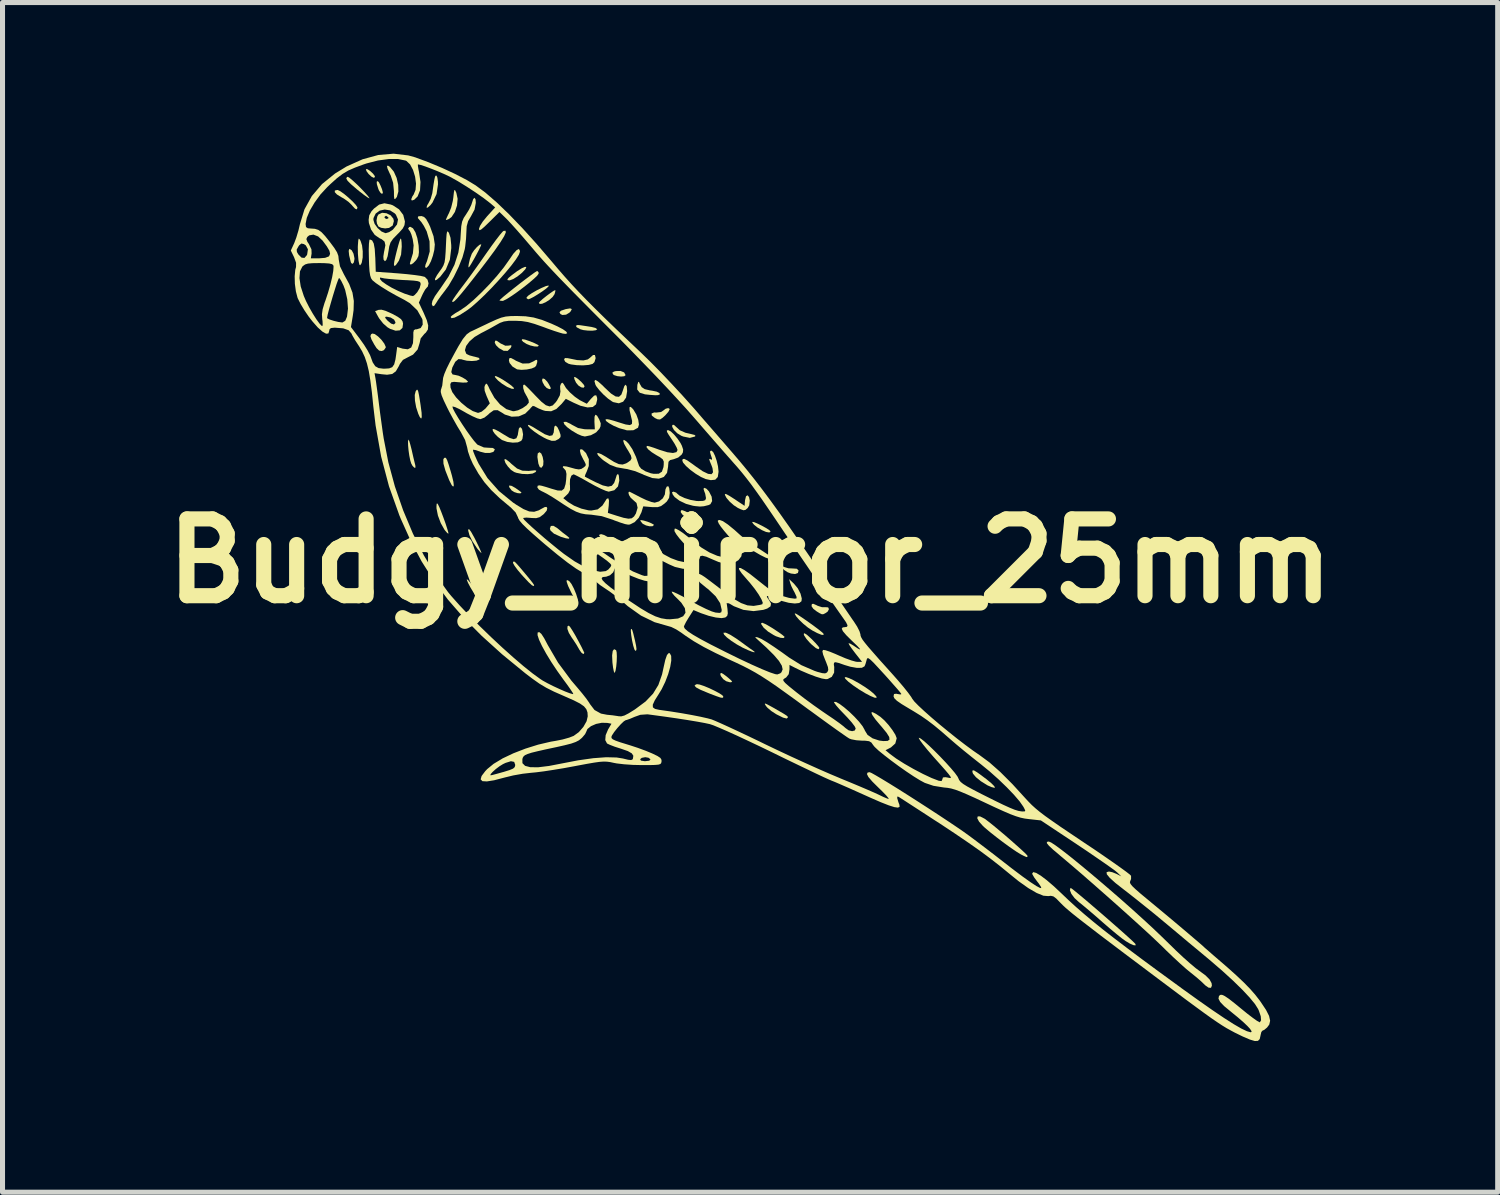
<source format=kicad_pcb>
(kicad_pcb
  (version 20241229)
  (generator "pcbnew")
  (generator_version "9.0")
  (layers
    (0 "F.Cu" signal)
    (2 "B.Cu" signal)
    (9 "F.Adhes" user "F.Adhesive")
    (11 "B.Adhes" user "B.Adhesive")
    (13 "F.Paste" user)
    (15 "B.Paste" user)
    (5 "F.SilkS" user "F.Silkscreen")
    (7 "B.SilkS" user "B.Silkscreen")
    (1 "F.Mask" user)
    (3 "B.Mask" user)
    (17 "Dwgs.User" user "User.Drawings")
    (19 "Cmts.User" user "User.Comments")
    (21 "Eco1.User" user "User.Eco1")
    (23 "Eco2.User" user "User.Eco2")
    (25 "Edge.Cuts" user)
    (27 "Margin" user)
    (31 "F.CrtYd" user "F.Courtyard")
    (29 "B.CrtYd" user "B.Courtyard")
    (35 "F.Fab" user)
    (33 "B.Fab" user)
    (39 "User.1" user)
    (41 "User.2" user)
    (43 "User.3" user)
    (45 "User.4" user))
  (footprint "Budgy_mirror_25mm"
    (layer "F.Cu")
    (at 11.836 8.083)
    (property "Reference" "Budgy_mirror_25mm" (at 0 0 0) (layer "F.SilkS") (effects (font (size 1.524 1.524) (thickness 0.3))))
    (attr board_only exclude_from_pos_files exclude_from_bom)
    (fp_poly (pts (xy -7.59 -7.773) (xy -7.537 -7.737) (xy -7.483 -7.687) (xy -7.449 -7.641) (xy -7.445 -7.627) (xy -7.462 -7.602) (xy -7.51 -7.624) (xy -7.57 -7.679) (xy -7.613 -7.737) (xy -7.624 -7.776) (xy -7.622 -7.778)) (stroke (width 0) (type solid)) (fill yes) (layer "F.SilkS"))
    (fp_poly (pts (xy -4.076 -3.61) (xy -4.025 -3.557) (xy -3.994 -3.509) (xy -3.959 -3.443) (xy -3.958 -3.415) (xy -3.984 -3.41) (xy -4.036 -3.433) (xy -4.08 -3.479) (xy -4.117 -3.546) (xy -4.129 -3.591) (xy -4.114 -3.624)) (stroke (width 0) (type solid)) (fill yes) (layer "F.SilkS"))
    (fp_poly (pts (xy -3.538 -4.999) (xy -3.559 -4.956) (xy -3.584 -4.929) (xy -3.652 -4.888) (xy -3.726 -4.882) (xy -3.764 -4.901) (xy -3.783 -4.937) (xy -3.752 -4.967) (xy -3.666 -4.996) (xy -3.66 -4.998) (xy -3.571 -5.013)) (stroke (width 0) (type solid)) (fill yes) (layer "F.SilkS"))
    (fp_poly (pts (xy -7.906 -6.166) (xy -7.87 -6.098) (xy -7.852 -6.011) (xy -7.851 -5.994) (xy -7.863 -5.927) (xy -7.888 -5.896) (xy -7.916 -5.912) (xy -7.925 -5.935) (xy -7.957 -6.065) (xy -7.966 -6.154) (xy -7.954 -6.192) (xy -7.949 -6.194)) (stroke (width 0) (type solid)) (fill yes) (layer "F.SilkS"))
    (fp_poly (pts (xy -7.365 -7.513) (xy -7.334 -7.451) (xy -7.305 -7.379) (xy -7.289 -7.319) (xy -7.288 -7.31) (xy -7.301 -7.284) (xy -7.331 -7.302) (xy -7.365 -7.353) (xy -7.379 -7.387) (xy -7.407 -7.479) (xy -7.41 -7.526) (xy -7.389 -7.539)) (stroke (width 0) (type solid)) (fill yes) (layer "F.SilkS"))
    (fp_poly (pts (xy -4.734 -1.491) (xy -4.661 -1.451) (xy -4.588 -1.4) (xy -4.543 -1.365) (xy -4.536 -1.357) (xy -4.56 -1.341) (xy -4.617 -1.347) (xy -4.682 -1.368) (xy -4.732 -1.4) (xy -4.734 -1.402) (xy -4.782 -1.468) (xy -4.78 -1.498)) (stroke (width 0) (type solid)) (fill yes) (layer "F.SilkS"))
    (fp_poly (pts (xy -4.465 -4.393) (xy -4.366 -4.359) (xy -4.276 -4.322) (xy -4.212 -4.29) (xy -4.192 -4.271) (xy -4.218 -4.255) (xy -4.282 -4.258) (xy -4.365 -4.278) (xy -4.434 -4.306) (xy -4.504 -4.349) (xy -4.533 -4.384) (xy -4.52 -4.402)) (stroke (width 0) (type solid)) (fill yes) (layer "F.SilkS"))
    (fp_poly (pts (xy -3.46 -3.644) (xy -3.406 -3.605) (xy -3.347 -3.551) (xy -3.301 -3.499) (xy -3.284 -3.466) (xy -3.304 -3.438) (xy -3.351 -3.446) (xy -3.407 -3.482) (xy -3.453 -3.537) (xy -3.485 -3.605) (xy -3.493 -3.648) (xy -3.491 -3.652)) (stroke (width 0) (type solid)) (fill yes) (layer "F.SilkS"))
    (fp_poly (pts (xy -2.5 -3.742) (xy -2.471 -3.69) (xy -2.471 -3.687) (xy -2.497 -3.666) (xy -2.56 -3.66) (xy -2.634 -3.668) (xy -2.698 -3.688) (xy -2.719 -3.704) (xy -2.734 -3.737) (xy -2.701 -3.759) (xy -2.659 -3.769) (xy -2.57 -3.771)) (stroke (width 0) (type solid)) (fill yes) (layer "F.SilkS"))
    (fp_poly (pts (xy -2.115 -0.803) (xy -2.037 -0.78) (xy -1.963 -0.75) (xy -1.915 -0.724) (xy -1.908 -0.715) (xy -1.933 -0.69) (xy -1.993 -0.688) (xy -2.065 -0.705) (xy -2.128 -0.737) (xy -2.143 -0.751) (xy -2.176 -0.796) (xy -2.175 -0.813)) (stroke (width 0) (type solid)) (fill yes) (layer "F.SilkS"))
    (fp_poly (pts (xy -0.535 2.241) (xy -0.471 2.288) (xy -0.438 2.315) (xy -0.374 2.371) (xy -0.356 2.398) (xy -0.378 2.407) (xy -0.399 2.408) (xy -0.473 2.387) (xy -0.532 2.346) (xy -0.58 2.284) (xy -0.594 2.238) (xy -0.571 2.222)) (stroke (width 0) (type solid)) (fill yes) (layer "F.SilkS"))
    (fp_poly (pts (xy -4.143 -2.131) (xy -4.116 -2.064) (xy -4.101 -1.982) (xy -4.105 -1.907) (xy -4.109 -1.893) (xy -4.141 -1.849) (xy -4.174 -1.863) (xy -4.201 -1.931) (xy -4.203 -1.943) (xy -4.221 -2.065) (xy -4.214 -2.134) (xy -4.182 -2.158) (xy -4.177 -2.158)) (stroke (width 0) (type solid)) (fill yes) (layer "F.SilkS"))
    (fp_poly (pts (xy -2.896 -0.515) (xy -2.823 -0.474) (xy -2.759 -0.424) (xy -2.723 -0.381) (xy -2.721 -0.373) (xy -2.743 -0.346) (xy -2.803 -0.358) (xy -2.892 -0.408) (xy -2.901 -0.414) (xy -2.979 -0.477) (xy -2.999 -0.516) (xy -2.962 -0.532) (xy -2.953 -0.532)) (stroke (width 0) (type solid)) (fill yes) (layer "F.SilkS"))
    (fp_poly (pts (xy -4.983 -3.641) (xy -4.896 -3.591) (xy -4.797 -3.525) (xy -4.737 -3.481) (xy -4.688 -3.435) (xy -4.69 -3.414) (xy -4.734 -3.419) (xy -4.815 -3.452) (xy -4.833 -3.462) (xy -4.923 -3.518) (xy -5.003 -3.582) (xy -5.056 -3.639) (xy -5.067 -3.667) (xy -5.044 -3.669)) (stroke (width 0) (type solid)) (fill yes) (layer "F.SilkS"))
    (fp_poly (pts (xy -4.44 -5.83) (xy -4.461 -5.789) (xy -4.528 -5.718) (xy -4.616 -5.647) (xy -4.701 -5.595) (xy -4.77 -5.569) (xy -4.81 -5.573) (xy -4.816 -5.591) (xy -4.791 -5.62) (xy -4.728 -5.673) (xy -4.639 -5.739) (xy -4.628 -5.748) (xy -4.528 -5.811) (xy -4.464 -5.838)) (stroke (width 0) (type solid)) (fill yes) (layer "F.SilkS"))
    (fp_poly (pts (xy -3.598 0.394) (xy -3.586 0.403) (xy -3.543 0.459) (xy -3.495 0.551) (xy -3.452 0.656) (xy -3.422 0.751) (xy -3.416 0.813) (xy -3.433 0.818) (xy -3.471 0.768) (xy -3.528 0.667) (xy -3.545 0.635) (xy -3.611 0.497) (xy -3.641 0.411) (xy -3.637 0.377)) (stroke (width 0) (type solid)) (fill yes) (layer "F.SilkS"))
    (fp_poly (pts (xy -3.366 -4.678) (xy -3.252 -4.661) (xy -3.144 -4.644) (xy -3.071 -4.625) (xy -3.035 -4.601) (xy -3.034 -4.597) (xy -3.062 -4.579) (xy -3.13 -4.57) (xy -3.219 -4.572) (xy -3.308 -4.582) (xy -3.367 -4.598) (xy -3.44 -4.637) (xy -3.458 -4.668) (xy -3.421 -4.683)) (stroke (width 0) (type solid)) (fill yes) (layer "F.SilkS"))
    (fp_poly (pts (xy 0.079 -0.771) (xy 0.148 -0.742) (xy 0.233 -0.7) (xy 0.317 -0.654) (xy 0.381 -0.613) (xy 0.407 -0.587) (xy 0.407 -0.587) (xy 0.383 -0.565) (xy 0.317 -0.576) (xy 0.235 -0.612) (xy 0.146 -0.665) (xy 0.079 -0.719) (xy 0.045 -0.761) (xy 0.046 -0.776)) (stroke (width 0) (type solid)) (fill yes) (layer "F.SilkS"))
    (fp_poly (pts (xy -7.448 -4.503) (xy -7.382 -4.455) (xy -7.314 -4.387) (xy -7.259 -4.313) (xy -7.231 -4.25) (xy -7.231 -4.234) (xy -7.267 -4.184) (xy -7.31 -4.166) (xy -7.362 -4.175) (xy -7.413 -4.224) (xy -7.458 -4.294) (xy -7.514 -4.397) (xy -7.535 -4.461) (xy -7.523 -4.498) (xy -7.496 -4.514)) (stroke (width 0) (type solid)) (fill yes) (layer "F.SilkS"))
    (fp_poly (pts (xy -6.586 -3.364) (xy -6.57 -3.288) (xy -6.549 -3.16) (xy -6.538 -3.086) (xy -6.519 -2.942) (xy -6.516 -2.854) (xy -6.528 -2.825) (xy -6.555 -2.856) (xy -6.585 -2.921) (xy -6.627 -3.05) (xy -6.651 -3.182) (xy -6.655 -3.295) (xy -6.637 -3.367) (xy -6.617 -3.396) (xy -6.601 -3.398)) (stroke (width 0) (type solid)) (fill yes) (layer "F.SilkS"))
    (fp_poly (pts (xy -5.538 -0.58) (xy -5.48 -0.477) (xy -5.451 -0.421) (xy -5.395 -0.307) (xy -5.354 -0.218) (xy -5.333 -0.165) (xy -5.332 -0.156) (xy -5.357 -0.179) (xy -5.405 -0.235) (xy -5.422 -0.258) (xy -5.51 -0.39) (xy -5.569 -0.509) (xy -5.594 -0.602) (xy -5.593 -0.626) (xy -5.576 -0.631)) (stroke (width 0) (type solid)) (fill yes) (layer "F.SilkS"))
    (fp_poly (pts (xy -5.027 -4.37) (xy -4.961 -4.324) (xy -4.951 -4.317) (xy -4.857 -4.272) (xy -4.794 -4.274) (xy -4.741 -4.283) (xy -4.736 -4.262) (xy -4.752 -4.227) (xy -4.81 -4.17) (xy -4.89 -4.171) (xy -4.985 -4.225) (xy -5.042 -4.282) (xy -5.067 -4.332) (xy -5.067 -4.335) (xy -5.059 -4.372)) (stroke (width 0) (type solid)) (fill yes) (layer "F.SilkS"))
    (fp_poly (pts (xy -3.864 -5.375) (xy -3.867 -5.342) (xy -3.881 -5.294) (xy -3.92 -5.238) (xy -3.983 -5.182) (xy -4.057 -5.135) (xy -4.126 -5.105) (xy -4.176 -5.101) (xy -4.192 -5.123) (xy -4.169 -5.152) (xy -4.113 -5.202) (xy -4.039 -5.261) (xy -3.962 -5.318) (xy -3.899 -5.361) (xy -3.866 -5.376)) (stroke (width 0) (type solid)) (fill yes) (layer "F.SilkS"))
    (fp_poly (pts (xy -3.827 -0.652) (xy -3.807 -0.636) (xy -3.722 -0.565) (xy -3.641 -0.504) (xy -3.628 -0.494) (xy -3.586 -0.457) (xy -3.597 -0.442) (xy -3.656 -0.45) (xy -3.758 -0.481) (xy -3.762 -0.483) (xy -3.892 -0.542) (xy -3.961 -0.604) (xy -3.973 -0.643) (xy -3.954 -0.695) (xy -3.904 -0.698)) (stroke (width 0) (type solid)) (fill yes) (layer "F.SilkS"))
    (fp_poly (pts (xy -2.659 1.77) (xy -2.648 1.812) (xy -2.644 1.892) (xy -2.647 1.992) (xy -2.656 2.092) (xy -2.669 2.173) (xy -2.685 2.218) (xy -2.69 2.221) (xy -2.704 2.192) (xy -2.719 2.118) (xy -2.732 2.013) (xy -2.732 2.011) (xy -2.738 1.874) (xy -2.726 1.786) (xy -2.699 1.751)) (stroke (width 0) (type solid)) (fill yes) (layer "F.SilkS"))
    (fp_poly (pts (xy -1.474 -2.667) (xy -1.394 -2.594) (xy -1.283 -2.545) (xy -1.175 -2.52) (xy -1.101 -2.501) (xy -1.083 -2.482) (xy -1.097 -2.469) (xy -1.196 -2.443) (xy -1.327 -2.47) (xy -1.365 -2.485) (xy -1.446 -2.535) (xy -1.511 -2.6) (xy -1.546 -2.663) (xy -1.543 -2.7) (xy -1.513 -2.702)) (stroke (width 0) (type solid)) (fill yes) (layer "F.SilkS"))
    (fp_poly (pts (xy 0.671 0.116) (xy 0.683 0.122) (xy 0.761 0.145) (xy 0.85 0.149) (xy 0.928 0.154) (xy 0.961 0.187) (xy 0.962 0.191) (xy 0.949 0.239) (xy 0.893 0.259) (xy 0.811 0.249) (xy 0.746 0.224) (xy 0.675 0.178) (xy 0.634 0.135) (xy 0.632 0.13) (xy 0.632 0.104)) (stroke (width 0) (type solid)) (fill yes) (layer "F.SilkS"))
    (fp_poly (pts (xy 1.129 1.465) (xy 1.214 1.543) (xy 1.22 1.548) (xy 1.298 1.628) (xy 1.354 1.692) (xy 1.376 1.726) (xy 1.376 1.727) (xy 1.358 1.752) (xy 1.306 1.729) (xy 1.222 1.659) (xy 1.189 1.627) (xy 1.12 1.549) (xy 1.074 1.48) (xy 1.064 1.448) (xy 1.079 1.434)) (stroke (width 0) (type solid)) (fill yes) (layer "F.SilkS"))
    (fp_poly (pts (xy -7.751 -6.387) (xy -7.73 -6.352) (xy -7.701 -6.264) (xy -7.687 -6.145) (xy -7.688 -6.023) (xy -7.706 -5.924) (xy -7.717 -5.898) (xy -7.739 -5.868) (xy -7.754 -5.881) (xy -7.768 -5.945) (xy -7.773 -5.976) (xy -7.783 -6.097) (xy -7.785 -6.232) (xy -7.783 -6.272) (xy -7.776 -6.362) (xy -7.767 -6.398)) (stroke (width 0) (type solid)) (fill yes) (layer "F.SilkS"))
    (fp_poly (pts (xy -6.034 -2.041) (xy -6.011 -1.997) (xy -5.982 -1.913) (xy -5.942 -1.781) (xy -5.918 -1.697) (xy -5.888 -1.573) (xy -5.88 -1.498) (xy -5.892 -1.474) (xy -5.921 -1.504) (xy -5.966 -1.592) (xy -5.974 -1.61) (xy -6.047 -1.795) (xy -6.085 -1.93) (xy -6.088 -2.014) (xy -6.075 -2.039) (xy -6.054 -2.052)) (stroke (width 0) (type solid)) (fill yes) (layer "F.SilkS"))
    (fp_poly (pts (xy -3.996 -5.466) (xy -4.002 -5.446) (xy -4.049 -5.404) (xy -4.123 -5.35) (xy -4.21 -5.293) (xy -4.295 -5.241) (xy -4.366 -5.205) (xy -4.405 -5.193) (xy -4.436 -5.215) (xy -4.435 -5.232) (xy -4.401 -5.267) (xy -4.328 -5.317) (xy -4.234 -5.371) (xy -4.135 -5.42) (xy -4.051 -5.456) (xy -3.999 -5.467)) (stroke (width 0) (type solid)) (fill yes) (layer "F.SilkS"))
    (fp_poly (pts (xy -2.337 1.375) (xy -2.318 1.44) (xy -2.29 1.555) (xy -2.286 1.57) (xy -2.262 1.684) (xy -2.254 1.749) (xy -2.262 1.778) (xy -2.278 1.783) (xy -2.296 1.755) (xy -2.319 1.681) (xy -2.342 1.577) (xy -2.342 1.576) (xy -2.359 1.469) (xy -2.367 1.389) (xy -2.364 1.352) (xy -2.351 1.35)) (stroke (width 0) (type solid)) (fill yes) (layer "F.SilkS"))
    (fp_poly (pts (xy -1.597 -3.018) (xy -1.596 -3.011) (xy -1.621 -2.961) (xy -1.683 -2.89) (xy -1.737 -2.841) (xy -1.787 -2.808) (xy -1.836 -2.812) (xy -1.887 -2.836) (xy -1.95 -2.885) (xy -1.956 -2.926) (xy -1.906 -2.947) (xy -1.856 -2.946) (xy -1.767 -2.956) (xy -1.722 -2.986) (xy -1.674 -3.022) (xy -1.624 -3.034)) (stroke (width 0) (type solid)) (fill yes) (layer "F.SilkS"))
    (fp_poly (pts (xy -1.29 -0.988) (xy -1.192 -0.94) (xy -1.189 -0.938) (xy -1.076 -0.875) (xy -1.014 -0.826) (xy -1.005 -0.794) (xy -1.051 -0.782) (xy -1.056 -0.782) (xy -1.115 -0.796) (xy -1.203 -0.831) (xy -1.243 -0.851) (xy -1.334 -0.91) (xy -1.375 -0.965) (xy -1.376 -0.976) (xy -1.371 -1.004) (xy -1.346 -1.008)) (stroke (width 0) (type solid)) (fill yes) (layer "F.SilkS"))
    (fp_poly (pts (xy 0.315 1.257) (xy 0.434 1.327) (xy 0.452 1.338) (xy 0.556 1.407) (xy 0.637 1.464) (xy 0.681 1.502) (xy 0.686 1.509) (xy 0.664 1.53) (xy 0.602 1.524) (xy 0.514 1.494) (xy 0.469 1.471) (xy 0.355 1.4) (xy 0.269 1.324) (xy 0.223 1.257) (xy 0.219 1.235) (xy 0.243 1.226)) (stroke (width 0) (type solid)) (fill yes) (layer "F.SilkS"))
    (fp_poly (pts (xy 4.446 4.158) (xy 4.507 4.195) (xy 4.549 4.225) (xy 4.686 4.327) (xy 4.786 4.409) (xy 4.845 4.468) (xy 4.859 4.498) (xy 4.849 4.502) (xy 4.79 4.487) (xy 4.712 4.453) (xy 4.704 4.448) (xy 4.58 4.371) (xy 4.482 4.291) (xy 4.423 4.22) (xy 4.411 4.182) (xy 4.418 4.154)) (stroke (width 0) (type solid)) (fill yes) (layer "F.SilkS"))
    (fp_poly (pts (xy -7.954 -7.607) (xy -7.89 -7.554) (xy -7.803 -7.474) (xy -7.742 -7.414) (xy -7.654 -7.322) (xy -7.589 -7.249) (xy -7.556 -7.205) (xy -7.555 -7.196) (xy -7.591 -7.215) (xy -7.663 -7.266) (xy -7.757 -7.339) (xy -7.805 -7.378) (xy -7.92 -7.477) (xy -7.989 -7.546) (xy -8.014 -7.592) (xy -8 -7.618) (xy -7.986 -7.624)) (stroke (width 0) (type solid)) (fill yes) (layer "F.SilkS"))
    (fp_poly (pts (xy -7.146 -7.819) (xy -7.07 -7.726) (xy -7.014 -7.601) (xy -6.983 -7.463) (xy -6.98 -7.332) (xy -7.009 -7.227) (xy -7.022 -7.208) (xy -7.047 -7.181) (xy -7.061 -7.188) (xy -7.067 -7.239) (xy -7.068 -7.338) (xy -7.084 -7.505) (xy -7.132 -7.651) (xy -7.147 -7.68) (xy -7.195 -7.786) (xy -7.207 -7.841) (xy -7.184 -7.845)) (stroke (width 0) (type solid)) (fill yes) (layer "F.SilkS"))
    (fp_poly (pts (xy -6.924 -6.385) (xy -6.916 -6.321) (xy -6.913 -6.238) (xy -6.926 -6.08) (xy -6.968 -5.963) (xy -6.975 -5.951) (xy -7.029 -5.873) (xy -7.059 -5.852) (xy -7.068 -5.888) (xy -7.068 -5.889) (xy -7.06 -5.948) (xy -7.039 -6.042) (xy -7.012 -6.152) (xy -6.983 -6.261) (xy -6.957 -6.348) (xy -6.938 -6.397) (xy -6.936 -6.4)) (stroke (width 0) (type solid)) (fill yes) (layer "F.SilkS"))
    (fp_poly (pts (xy -6.193 -1.122) (xy -6.165 -1.064) (xy -6.128 -0.972) (xy -6.086 -0.861) (xy -6.045 -0.747) (xy -6.012 -0.645) (xy -5.99 -0.571) (xy -5.986 -0.541) (xy -6.01 -0.555) (xy -6.054 -0.606) (xy -6.066 -0.622) (xy -6.139 -0.752) (xy -6.195 -0.901) (xy -6.223 -1.041) (xy -6.224 -1.075) (xy -6.22 -1.136) (xy -6.206 -1.141)) (stroke (width 0) (type solid)) (fill yes) (layer "F.SilkS"))
    (fp_poly (pts (xy -5.601 0.374) (xy -5.556 0.426) (xy -5.494 0.512) (xy -5.461 0.563) (xy -5.375 0.698) (xy -5.321 0.789) (xy -5.294 0.844) (xy -5.293 0.87) (xy -5.307 0.875) (xy -5.334 0.85) (xy -5.385 0.784) (xy -5.45 0.688) (xy -5.483 0.636) (xy -5.549 0.527) (xy -5.597 0.436) (xy -5.621 0.377) (xy -5.622 0.365)) (stroke (width 0) (type solid)) (fill yes) (layer "F.SilkS"))
    (fp_poly (pts (xy -5.335 -6.284) (xy -5.344 -6.253) (xy -5.378 -6.181) (xy -5.431 -6.08) (xy -5.463 -6.021) (xy -5.528 -5.907) (xy -5.568 -5.843) (xy -5.587 -5.825) (xy -5.59 -5.846) (xy -5.583 -5.895) (xy -5.559 -5.999) (xy -5.526 -6.089) (xy -5.522 -6.099) (xy -5.477 -6.166) (xy -5.421 -6.23) (xy -5.369 -6.275) (xy -5.337 -6.285)) (stroke (width 0) (type solid)) (fill yes) (layer "F.SilkS"))
    (fp_poly (pts (xy -2.188 -3.514) (xy -2.151 -3.45) (xy -2.091 -3.41) (xy -1.99 -3.386) (xy -1.942 -3.379) (xy -1.852 -3.36) (xy -1.799 -3.333) (xy -1.789 -3.307) (xy -1.827 -3.291) (xy -1.882 -3.289) (xy -1.992 -3.297) (xy -2.086 -3.307) (xy -2.19 -3.339) (xy -2.24 -3.403) (xy -2.237 -3.495) (xy -2.219 -3.553) (xy -2.205 -3.554)) (stroke (width 0) (type solid)) (fill yes) (layer "F.SilkS"))
    (fp_poly (pts (xy 1.315 0.876) (xy 1.342 0.89) (xy 1.426 0.917) (xy 1.497 0.917) (xy 1.55 0.921) (xy 1.565 0.956) (xy 1.541 1.003) (xy 1.504 1.031) (xy 1.458 1.055) (xy 1.426 1.058) (xy 1.383 1.038) (xy 1.322 1.001) (xy 1.255 0.949) (xy 1.221 0.9) (xy 1.22 0.892) (xy 1.226 0.855) (xy 1.253 0.849)) (stroke (width 0) (type solid)) (fill yes) (layer "F.SilkS"))
    (fp_poly (pts (xy 1.964 2.325) (xy 2.055 2.368) (xy 2.161 2.427) (xy 2.272 2.496) (xy 2.374 2.567) (xy 2.451 2.63) (xy 2.506 2.689) (xy 2.511 2.716) (xy 2.47 2.713) (xy 2.387 2.678) (xy 2.283 2.623) (xy 2.157 2.546) (xy 2.042 2.467) (xy 1.949 2.395) (xy 1.891 2.339) (xy 1.877 2.313) (xy 1.901 2.304)) (stroke (width 0) (type solid)) (fill yes) (layer "F.SilkS"))
    (fp_poly (pts (xy -6.223 -7.647) (xy -6.206 -7.608) (xy -6.195 -7.528) (xy -6.194 -7.473) (xy -6.222 -7.282) (xy -6.303 -7.113) (xy -6.343 -7.062) (xy -6.398 -7.012) (xy -6.422 -7.014) (xy -6.407 -7.061) (xy -6.385 -7.096) (xy -6.339 -7.186) (xy -6.307 -7.297) (xy -6.303 -7.323) (xy -6.282 -7.474) (xy -6.265 -7.572) (xy -6.252 -7.628) (xy -6.238 -7.649)) (stroke (width 0) (type solid)) (fill yes) (layer "F.SilkS"))
    (fp_poly (pts (xy -5.855 -7.359) (xy -5.834 -7.316) (xy -5.829 -7.304) (xy -5.804 -7.187) (xy -5.816 -7.055) (xy -5.858 -6.927) (xy -5.924 -6.827) (xy -5.975 -6.788) (xy -6.023 -6.768) (xy -6.037 -6.77) (xy -6.024 -6.805) (xy -5.991 -6.875) (xy -5.973 -6.91) (xy -5.932 -7.014) (xy -5.9 -7.144) (xy -5.889 -7.216) (xy -5.878 -7.316) (xy -5.868 -7.362)) (stroke (width 0) (type solid)) (fill yes) (layer "F.SilkS"))
    (fp_poly (pts (xy -3.573 1.308) (xy -3.528 1.377) (xy -3.469 1.476) (xy -3.405 1.593) (xy -3.342 1.713) (xy -3.29 1.822) (xy -3.303 1.844) (xy -3.312 1.846) (xy -3.347 1.82) (xy -3.39 1.759) (xy -3.396 1.747) (xy -3.447 1.659) (xy -3.514 1.557) (xy -3.538 1.523) (xy -3.597 1.427) (xy -3.626 1.347) (xy -3.623 1.295) (xy -3.598 1.283)) (stroke (width 0) (type solid)) (fill yes) (layer "F.SilkS"))
    (fp_poly (pts (xy -1 2.453) (xy -0.913 2.482) (xy -0.809 2.525) (xy -0.703 2.576) (xy -0.611 2.625) (xy -0.549 2.667) (xy -0.532 2.689) (xy -0.535 2.709) (xy -0.552 2.716) (xy -0.593 2.709) (xy -0.668 2.683) (xy -0.787 2.638) (xy -0.839 2.617) (xy -0.985 2.556) (xy -1.072 2.509) (xy -1.102 2.474) (xy -1.075 2.451) (xy -1.052 2.445)) (stroke (width 0) (type solid)) (fill yes) (layer "F.SilkS"))
    (fp_poly (pts (xy 0.333 2.842) (xy 0.412 2.885) (xy 0.454 2.908) (xy 0.584 2.983) (xy 0.67 3.033) (xy 0.72 3.065) (xy 0.744 3.085) (xy 0.751 3.1) (xy 0.751 3.104) (xy 0.727 3.127) (xy 0.655 3.109) (xy 0.536 3.05) (xy 0.519 3.041) (xy 0.423 2.979) (xy 0.345 2.913) (xy 0.316 2.879) (xy 0.293 2.841) (xy 0.296 2.828)) (stroke (width 0) (type solid)) (fill yes) (layer "F.SilkS"))
    (fp_poly (pts (xy 0.919 1.051) (xy 0.984 1.092) (xy 1.074 1.153) (xy 1.177 1.225) (xy 1.279 1.299) (xy 1.368 1.366) (xy 1.432 1.418) (xy 1.457 1.443) (xy 1.458 1.469) (xy 1.413 1.464) (xy 1.331 1.43) (xy 1.231 1.377) (xy 1.146 1.32) (xy 1.057 1.247) (xy 0.977 1.171) (xy 0.917 1.102) (xy 0.888 1.053) (xy 0.89 1.039)) (stroke (width 0) (type solid)) (fill yes) (layer "F.SilkS"))
    (fp_poly (pts (xy -8.183 -7.362) (xy -8.134 -7.339) (xy -8.058 -7.285) (xy -7.971 -7.212) (xy -7.888 -7.135) (xy -7.824 -7.066) (xy -7.793 -7.019) (xy -7.792 -7.015) (xy -7.803 -6.978) (xy -7.839 -6.991) (xy -7.895 -7.051) (xy -7.903 -7.062) (xy -7.97 -7.127) (xy -8.065 -7.194) (xy -8.114 -7.221) (xy -8.198 -7.273) (xy -8.242 -7.319) (xy -8.241 -7.352) (xy -8.191 -7.363)) (stroke (width 0) (type solid)) (fill yes) (layer "F.SilkS"))
    (fp_poly (pts (xy -6.764 -2.38) (xy -6.742 -2.306) (xy -6.715 -2.201) (xy -6.711 -2.182) (xy -6.684 -2.063) (xy -6.66 -1.963) (xy -6.645 -1.903) (xy -6.644 -1.9) (xy -6.64 -1.853) (xy -6.662 -1.85) (xy -6.698 -1.886) (xy -6.724 -1.932) (xy -6.744 -1.996) (xy -6.763 -2.089) (xy -6.778 -2.195) (xy -6.787 -2.295) (xy -6.789 -2.372) (xy -6.781 -2.408) (xy -6.779 -2.409)) (stroke (width 0) (type solid)) (fill yes) (layer "F.SilkS"))
    (fp_poly (pts (xy -0.398 1.462) (xy -0.275 1.539) (xy -0.167 1.616) (xy -0.073 1.685) (xy 0.009 1.744) (xy 0.052 1.773) (xy 0.092 1.805) (xy 0.084 1.813) (xy 0.036 1.8) (xy -0.042 1.769) (xy -0.143 1.722) (xy -0.144 1.722) (xy -0.263 1.656) (xy -0.372 1.585) (xy -0.46 1.518) (xy -0.516 1.462) (xy -0.529 1.427) (xy -0.527 1.424) (xy -0.483 1.423)) (stroke (width 0) (type solid)) (fill yes) (layer "F.SilkS"))
    (fp_poly (pts (xy -4.839 -2.013) (xy -4.781 -1.969) (xy -4.735 -1.926) (xy -4.625 -1.835) (xy -4.519 -1.792) (xy -4.394 -1.787) (xy -4.345 -1.792) (xy -4.268 -1.799) (xy -4.242 -1.791) (xy -4.256 -1.765) (xy -4.315 -1.735) (xy -4.412 -1.723) (xy -4.527 -1.728) (xy -4.638 -1.75) (xy -4.682 -1.766) (xy -4.746 -1.809) (xy -4.807 -1.875) (xy -4.855 -1.945) (xy -4.875 -2.003) (xy -4.868 -2.024)) (stroke (width 0) (type solid)) (fill yes) (layer "F.SilkS"))
    (fp_poly (pts (xy -4.682 -3.996) (xy -4.645 -3.973) (xy -4.515 -3.918) (xy -4.385 -3.922) (xy -4.3 -3.961) (xy -4.246 -3.993) (xy -4.226 -3.986) (xy -4.223 -3.949) (xy -4.245 -3.877) (xy -4.27 -3.848) (xy -4.334 -3.82) (xy -4.432 -3.8) (xy -4.537 -3.793) (xy -4.619 -3.802) (xy -4.63 -3.806) (xy -4.716 -3.859) (xy -4.773 -3.93) (xy -4.786 -3.978) (xy -4.778 -4.023) (xy -4.747 -4.029)) (stroke (width 0) (type solid)) (fill yes) (layer "F.SilkS"))
    (fp_poly (pts (xy -4.66 0.026) (xy -4.621 0.067) (xy -4.556 0.142) (xy -4.459 0.257) (xy -4.448 0.27) (xy -4.372 0.362) (xy -4.315 0.435) (xy -4.287 0.477) (xy -4.285 0.481) (xy -4.297 0.499) (xy -4.333 0.48) (xy -4.398 0.419) (xy -4.496 0.314) (xy -4.529 0.278) (xy -4.612 0.18) (xy -4.673 0.098) (xy -4.704 0.042) (xy -4.705 0.027) (xy -4.695 0.012) (xy -4.683 0.01)) (stroke (width 0) (type solid)) (fill yes) (layer "F.SilkS"))
    (fp_poly (pts (xy -3.079 -4.087) (xy -3.066 -4.03) (xy -3.066 -4.021) (xy -3.089 -3.946) (xy -3.126 -3.911) (xy -3.202 -3.891) (xy -3.315 -3.882) (xy -3.441 -3.886) (xy -3.555 -3.901) (xy -3.605 -3.915) (xy -3.667 -3.952) (xy -3.691 -3.995) (xy -3.676 -4.027) (xy -3.621 -4.025) (xy -3.605 -4.022) (xy -3.432 -3.987) (xy -3.307 -3.98) (xy -3.221 -4) (xy -3.178 -4.032) (xy -3.116 -4.088)) (stroke (width 0) (type solid)) (fill yes) (layer "F.SilkS"))
    (fp_poly (pts (xy -6.69 -6.602) (xy -6.642 -6.523) (xy -6.604 -6.408) (xy -6.579 -6.267) (xy -6.577 -6.242) (xy -6.572 -6.128) (xy -6.582 -6.052) (xy -6.612 -5.992) (xy -6.63 -5.967) (xy -6.687 -5.908) (xy -6.731 -5.882) (xy -6.752 -5.893) (xy -6.746 -5.926) (xy -6.691 -6.107) (xy -6.677 -6.264) (xy -6.695 -6.385) (xy -6.721 -6.477) (xy -6.748 -6.54) (xy -6.76 -6.555) (xy -6.787 -6.595) (xy -6.766 -6.627) (xy -6.742 -6.632)) (stroke (width 0) (type solid)) (fill yes) (layer "F.SilkS"))
    (fp_poly (pts (xy -0.465 -1.323) (xy -0.408 -1.291) (xy -0.314 -1.231) (xy -0.219 -1.167) (xy -0.109 -1.094) (xy -0.1 -1.206) (xy -0.081 -1.284) (xy -0.051 -1.304) (xy -0.021 -1.269) (xy -0.006 -1.198) (xy -0.017 -1.103) (xy -0.047 -1.052) (xy -0.09 -1.015) (xy -0.129 -1.006) (xy -0.187 -1.026) (xy -0.243 -1.053) (xy -0.324 -1.106) (xy -0.405 -1.178) (xy -0.469 -1.252) (xy -0.5 -1.312) (xy -0.5 -1.32) (xy -0.493 -1.331)) (stroke (width 0) (type solid)) (fill yes) (layer "F.SilkS"))
    (fp_poly (pts (xy -5.984 -6.522) (xy -5.975 -6.506) (xy -5.945 -6.414) (xy -5.931 -6.271) (xy -5.93 -6.209) (xy -5.958 -5.979) (xy -6.038 -5.784) (xy -6.148 -5.642) (xy -6.218 -5.581) (xy -6.253 -5.569) (xy -6.252 -5.601) (xy -6.214 -5.672) (xy -6.173 -5.731) (xy -6.12 -5.805) (xy -6.085 -5.866) (xy -6.063 -5.93) (xy -6.051 -6.013) (xy -6.042 -6.133) (xy -6.037 -6.24) (xy -6.03 -6.389) (xy -6.023 -6.483) (xy -6.014 -6.531) (xy -6.002 -6.541)) (stroke (width 0) (type solid)) (fill yes) (layer "F.SilkS"))
    (fp_poly (pts (xy -4.198 -5.731) (xy -4.197 -5.702) (xy -4.226 -5.661) (xy -4.296 -5.595) (xy -4.394 -5.512) (xy -4.509 -5.421) (xy -4.628 -5.332) (xy -4.741 -5.254) (xy -4.835 -5.195) (xy -4.899 -5.164) (xy -4.912 -5.161) (xy -4.962 -5.166) (xy -4.974 -5.172) (xy -4.95 -5.197) (xy -4.887 -5.252) (xy -4.795 -5.327) (xy -4.685 -5.415) (xy -4.567 -5.508) (xy -4.451 -5.596) (xy -4.349 -5.672) (xy -4.271 -5.728) (xy -4.228 -5.754) (xy -4.224 -5.756)) (stroke (width 0) (type solid)) (fill yes) (layer "F.SilkS"))
    (fp_poly (pts (xy -7.216 -6.901) (xy -7.134 -6.86) (xy -7.08 -6.794) (xy -7.069 -6.745) (xy -7.093 -6.657) (xy -7.165 -6.61) (xy -7.242 -6.6) (xy -7.322 -6.612) (xy -7.376 -6.638) (xy -7.405 -6.696) (xy -7.414 -6.757) (xy -7.402 -6.819) (xy -7.257 -6.819) (xy -7.232 -6.792) (xy -7.208 -6.788) (xy -7.176 -6.803) (xy -7.179 -6.819) (xy -7.219 -6.849) (xy -7.228 -6.85) (xy -7.256 -6.827) (xy -7.257 -6.819) (xy -7.402 -6.819) (xy -7.4 -6.833) (xy -7.376 -6.876) (xy -7.303 -6.91)) (stroke (width 0) (type solid)) (fill yes) (layer "F.SilkS"))
    (fp_poly (pts (xy -4.534 -2.633) (xy -4.523 -2.609) (xy -4.505 -2.512) (xy -4.518 -2.423) (xy -4.542 -2.384) (xy -4.608 -2.354) (xy -4.709 -2.348) (xy -4.82 -2.363) (xy -4.919 -2.399) (xy -4.931 -2.406) (xy -5.005 -2.462) (xy -5.067 -2.525) (xy -5.105 -2.581) (xy -5.109 -2.617) (xy -5.102 -2.621) (xy -5.062 -2.61) (xy -4.988 -2.572) (xy -4.9 -2.517) (xy -4.777 -2.444) (xy -4.692 -2.417) (xy -4.638 -2.435) (xy -4.61 -2.5) (xy -4.604 -2.542) (xy -4.589 -2.626) (xy -4.564 -2.658)) (stroke (width 0) (type solid)) (fill yes) (layer "F.SilkS"))
    (fp_poly (pts (xy -3.019 -3.564) (xy -2.93 -3.486) (xy -2.881 -3.436) (xy -2.761 -3.324) (xy -2.669 -3.265) (xy -2.602 -3.258) (xy -2.554 -3.303) (xy -2.524 -3.386) (xy -2.495 -3.473) (xy -2.468 -3.499) (xy -2.448 -3.465) (xy -2.44 -3.371) (xy -2.44 -3.368) (xy -2.461 -3.242) (xy -2.519 -3.161) (xy -2.605 -3.129) (xy -2.713 -3.152) (xy -2.737 -3.164) (xy -2.818 -3.221) (xy -2.91 -3.303) (xy -2.995 -3.393) (xy -3.055 -3.471) (xy -3.069 -3.498) (xy -3.089 -3.571) (xy -3.072 -3.593)) (stroke (width 0) (type solid)) (fill yes) (layer "F.SilkS"))
    (fp_poly (pts (xy -4.377 -2.694) (xy -4.308 -2.658) (xy -4.216 -2.601) (xy -4.206 -2.595) (xy -4.074 -2.515) (xy -3.98 -2.482) (xy -3.923 -2.494) (xy -3.897 -2.551) (xy -3.894 -2.588) (xy -3.884 -2.667) (xy -3.858 -2.688) (xy -3.821 -2.651) (xy -3.787 -2.58) (xy -3.761 -2.502) (xy -3.762 -2.459) (xy -3.793 -2.426) (xy -3.801 -2.42) (xy -3.866 -2.386) (xy -3.936 -2.384) (xy -4.03 -2.417) (xy -4.091 -2.447) (xy -4.19 -2.504) (xy -4.283 -2.568) (xy -4.359 -2.629) (xy -4.404 -2.678) (xy -4.409 -2.702)) (stroke (width 0) (type solid)) (fill yes) (layer "F.SilkS"))
    (fp_poly (pts (xy -6.52 -6.845) (xy -6.471 -6.828) (xy -6.428 -6.785) (xy -6.381 -6.701) (xy -6.349 -6.632) (xy -6.282 -6.444) (xy -6.257 -6.282) (xy -6.257 -6.278) (xy -6.267 -6.172) (xy -6.295 -6.057) (xy -6.333 -5.949) (xy -6.377 -5.865) (xy -6.419 -5.821) (xy -6.431 -5.818) (xy -6.45 -5.832) (xy -6.441 -5.882) (xy -6.412 -5.951) (xy -6.358 -6.141) (xy -6.361 -6.344) (xy -6.418 -6.542) (xy -6.424 -6.553) (xy -6.474 -6.65) (xy -6.524 -6.726) (xy -6.548 -6.753) (xy -6.595 -6.807) (xy -6.585 -6.84) (xy -6.521 -6.845)) (stroke (width 0) (type solid)) (fill yes) (layer "F.SilkS"))
    (fp_poly (pts (xy -3.037 -2.884) (xy -2.994 -2.809) (xy -2.964 -2.732) (xy -2.968 -2.672) (xy -2.989 -2.625) (xy -3.055 -2.552) (xy -3.158 -2.496) (xy -3.27 -2.472) (xy -3.281 -2.471) (xy -3.343 -2.485) (xy -3.422 -2.519) (xy -3.425 -2.52) (xy -3.538 -2.587) (xy -3.629 -2.654) (xy -3.686 -2.712) (xy -3.701 -2.753) (xy -3.697 -2.759) (xy -3.651 -2.762) (xy -3.566 -2.722) (xy -3.534 -2.702) (xy -3.414 -2.639) (xy -3.289 -2.615) (xy -3.242 -2.613) (xy -3.081 -2.612) (xy -3.089 -2.761) (xy -3.087 -2.862) (xy -3.07 -2.903)) (stroke (width 0) (type solid)) (fill yes) (layer "F.SilkS"))
    (fp_poly (pts (xy 4.649 5.112) (xy 4.662 5.12) (xy 4.729 5.171) (xy 4.825 5.247) (xy 4.939 5.342) (xy 5.064 5.447) (xy 5.188 5.555) (xy 5.303 5.657) (xy 5.401 5.745) (xy 5.471 5.811) (xy 5.504 5.848) (xy 5.505 5.851) (xy 5.503 5.874) (xy 5.485 5.876) (xy 5.437 5.855) (xy 5.379 5.826) (xy 5.295 5.775) (xy 5.178 5.696) (xy 5.041 5.597) (xy 4.9 5.49) (xy 4.767 5.385) (xy 4.659 5.294) (xy 4.622 5.26) (xy 4.544 5.173) (xy 4.509 5.107) (xy 4.517 5.07) (xy 4.564 5.069)) (stroke (width 0) (type solid)) (fill yes) (layer "F.SilkS"))
    (fp_poly (pts (xy -2.321 -3.011) (xy -2.316 -3.004) (xy -2.257 -2.906) (xy -2.219 -2.801) (xy -2.206 -2.708) (xy -2.223 -2.647) (xy -2.226 -2.643) (xy -2.318 -2.594) (xy -2.442 -2.592) (xy -2.602 -2.637) (xy -2.603 -2.638) (xy -2.71 -2.684) (xy -2.796 -2.732) (xy -2.853 -2.774) (xy -2.872 -2.804) (xy -2.844 -2.815) (xy -2.791 -2.806) (xy -2.699 -2.781) (xy -2.602 -2.75) (xy -2.469 -2.709) (xy -2.385 -2.697) (xy -2.345 -2.719) (xy -2.341 -2.778) (xy -2.365 -2.878) (xy -2.365 -2.879) (xy -2.392 -2.99) (xy -2.393 -3.051) (xy -2.369 -3.059)) (stroke (width 0) (type solid)) (fill yes) (layer "F.SilkS"))
    (fp_poly (pts (xy -4.848 -6.519) (xy -4.881 -6.445) (xy -4.952 -6.33) (xy -5.061 -6.172) (xy -5.211 -5.969) (xy -5.334 -5.808) (xy -5.503 -5.59) (xy -5.638 -5.42) (xy -5.742 -5.293) (xy -5.819 -5.205) (xy -5.87 -5.155) (xy -5.9 -5.138) (xy -5.912 -5.15) (xy -5.912 -5.156) (xy -5.894 -5.191) (xy -5.845 -5.264) (xy -5.775 -5.361) (xy -5.722 -5.431) (xy -5.635 -5.546) (xy -5.524 -5.697) (xy -5.403 -5.866) (xy -5.282 -6.038) (xy -5.235 -6.105) (xy -5.133 -6.249) (xy -5.041 -6.374) (xy -4.965 -6.472) (xy -4.913 -6.533) (xy -4.894 -6.55) (xy -4.853 -6.554)) (stroke (width 0) (type solid)) (fill yes) (layer "F.SilkS"))
    (fp_poly (pts (xy -7.226 -4.961) (xy -7.102 -4.905) (xy -6.993 -4.846) (xy -6.928 -4.8) (xy -6.897 -4.755) (xy -6.887 -4.711) (xy -6.899 -4.625) (xy -6.952 -4.577) (xy -7.036 -4.57) (xy -7.143 -4.606) (xy -7.197 -4.638) (xy -7.282 -4.713) (xy -7.358 -4.81) (xy -7.373 -4.834) (xy -7.378 -4.842) (xy -7.244 -4.842) (xy -7.234 -4.815) (xy -7.195 -4.77) (xy -7.124 -4.711) (xy -7.069 -4.694) (xy -7.04 -4.721) (xy -7.038 -4.738) (xy -7.065 -4.79) (xy -7.132 -4.831) (xy -7.214 -4.849) (xy -7.244 -4.842) (xy -7.378 -4.842) (xy -7.442 -4.958) (xy -7.375 -4.983) (xy -7.315 -4.987)) (stroke (width 0) (type solid)) (fill yes) (layer "F.SilkS"))
    (fp_poly (pts (xy -4.568 -6.156) (xy -4.567 -6.137) (xy -4.589 -6.077) (xy -4.649 -5.982) (xy -4.74 -5.861) (xy -4.855 -5.722) (xy -4.987 -5.573) (xy -5.127 -5.422) (xy -5.269 -5.278) (xy -5.406 -5.148) (xy -5.529 -5.04) (xy -5.613 -4.977) (xy -5.758 -4.883) (xy -5.863 -4.83) (xy -5.925 -4.818) (xy -5.943 -4.843) (xy -5.918 -4.869) (xy -5.852 -4.916) (xy -5.758 -4.972) (xy -5.751 -4.976) (xy -5.634 -5.056) (xy -5.491 -5.176) (xy -5.334 -5.325) (xy -5.173 -5.49) (xy -5.02 -5.662) (xy -4.886 -5.828) (xy -4.786 -5.969) (xy -4.699 -6.096) (xy -4.632 -6.17) (xy -4.588 -6.191)) (stroke (width 0) (type solid)) (fill yes) (layer "F.SilkS"))
    (fp_poly (pts (xy 6.385 6.503) (xy 6.45 6.554) (xy 6.547 6.634) (xy 6.669 6.736) (xy 6.808 6.855) (xy 6.956 6.982) (xy 7.107 7.113) (xy 7.253 7.241) (xy 7.387 7.359) (xy 7.501 7.461) (xy 7.587 7.54) (xy 7.639 7.591) (xy 7.649 7.603) (xy 7.651 7.629) (xy 7.61 7.625) (xy 7.537 7.593) (xy 7.455 7.544) (xy 7.382 7.492) (xy 7.277 7.408) (xy 7.152 7.304) (xy 7.02 7.19) (xy 6.999 7.172) (xy 6.866 7.055) (xy 6.734 6.942) (xy 6.62 6.846) (xy 6.536 6.778) (xy 6.528 6.772) (xy 6.439 6.69) (xy 6.376 6.606) (xy 6.347 6.533) (xy 6.359 6.487)) (stroke (width 0) (type solid)) (fill yes) (layer "F.SilkS"))
    (fp_poly (pts (xy -0.864 -1.432) (xy -0.816 -1.38) (xy -0.763 -1.277) (xy -0.753 -1.189) (xy -0.787 -1.127) (xy -0.821 -1.11) (xy -0.917 -1.086) (xy -0.995 -1.08) (xy -1.089 -1.089) (xy -1.134 -1.096) (xy -1.272 -1.134) (xy -1.4 -1.195) (xy -1.497 -1.268) (xy -1.534 -1.317) (xy -1.55 -1.363) (xy -1.522 -1.376) (xy -1.52 -1.376) (xy -1.465 -1.356) (xy -1.453 -1.342) (xy -1.397 -1.295) (xy -1.3 -1.249) (xy -1.182 -1.212) (xy -1.064 -1.191) (xy -1.024 -1.189) (xy -0.934 -1.192) (xy -0.89 -1.207) (xy -0.876 -1.241) (xy -0.876 -1.253) (xy -0.891 -1.336) (xy -0.907 -1.377) (xy -0.925 -1.433) (xy -0.906 -1.452)) (stroke (width 0) (type solid)) (fill yes) (layer "F.SilkS"))
    (fp_poly (pts (xy -0.733 -2.162) (xy -0.697 -2.089) (xy -0.663 -1.989) (xy -0.637 -1.88) (xy -0.626 -1.778) (xy -0.626 -1.768) (xy -0.641 -1.667) (xy -0.691 -1.613) (xy -0.779 -1.604) (xy -0.882 -1.626) (xy -0.975 -1.667) (xy -1.08 -1.731) (xy -1.184 -1.807) (xy -1.272 -1.885) (xy -1.33 -1.953) (xy -1.345 -1.992) (xy -1.336 -2.024) (xy -1.306 -2.026) (xy -1.246 -1.996) (xy -1.15 -1.929) (xy -1.079 -1.877) (xy -0.939 -1.78) (xy -0.833 -1.729) (xy -0.765 -1.722) (xy -0.735 -1.76) (xy -0.746 -1.843) (xy -0.765 -1.895) (xy -0.8 -1.981) (xy -0.811 -2.022) (xy -0.799 -2.027) (xy -0.782 -2.018) (xy -0.756 -2.008) (xy -0.756 -2.035) (xy -0.781 -2.109) (xy -0.781 -2.109) (xy -0.797 -2.169) (xy -0.778 -2.189) (xy -0.767 -2.19)) (stroke (width 0) (type solid)) (fill yes) (layer "F.SilkS"))
    (fp_poly (pts (xy -5.448 -7.174) (xy -5.443 -7.107) (xy -5.468 -6.974) (xy -5.536 -6.847) (xy -5.596 -6.744) (xy -5.624 -6.644) (xy -5.63 -6.534) (xy -5.637 -6.395) (xy -5.653 -6.246) (xy -5.662 -6.19) (xy -5.708 -6.025) (xy -5.784 -5.835) (xy -5.879 -5.641) (xy -5.982 -5.465) (xy -6.057 -5.362) (xy -6.133 -5.264) (xy -6.197 -5.173) (xy -6.231 -5.118) (xy -6.267 -5.066) (xy -6.296 -5.055) (xy -6.297 -5.056) (xy -6.317 -5.099) (xy -6.304 -5.162) (xy -6.255 -5.254) (xy -6.166 -5.381) (xy -6.154 -5.396) (xy -5.986 -5.643) (xy -5.867 -5.878) (xy -5.79 -6.118) (xy -5.749 -6.38) (xy -5.741 -6.51) (xy -5.732 -6.642) (xy -5.715 -6.733) (xy -5.683 -6.808) (xy -5.636 -6.879) (xy -5.576 -6.975) (xy -5.532 -7.068) (xy -5.521 -7.102) (xy -5.494 -7.184) (xy -5.468 -7.208)) (stroke (width 0) (type solid)) (fill yes) (layer "F.SilkS"))
    (fp_poly (pts (xy 5.976 5.588) (xy 6.064 5.646) (xy 6.187 5.737) (xy 6.341 5.857) (xy 6.518 6) (xy 6.715 6.163) (xy 6.924 6.339) (xy 7.142 6.526) (xy 7.363 6.718) (xy 7.581 6.911) (xy 7.79 7.1) (xy 7.986 7.28) (xy 8.162 7.448) (xy 8.305 7.587) (xy 8.45 7.729) (xy 8.596 7.866) (xy 8.731 7.986) (xy 8.843 8.08) (xy 8.906 8.127) (xy 9.038 8.224) (xy 9.119 8.305) (xy 9.159 8.379) (xy 9.165 8.428) (xy 9.147 8.471) (xy 9.099 8.468) (xy 9.032 8.421) (xy 9.006 8.395) (xy 8.943 8.335) (xy 8.85 8.255) (xy 8.746 8.171) (xy 8.743 8.169) (xy 8.653 8.095) (xy 8.533 7.988) (xy 8.396 7.861) (xy 8.254 7.725) (xy 8.196 7.667) (xy 8.073 7.549) (xy 7.91 7.396) (xy 7.715 7.218) (xy 7.497 7.021) (xy 7.264 6.812) (xy 7.022 6.598) (xy 6.781 6.386) (xy 6.549 6.184) (xy 6.333 5.999) (xy 6.141 5.837) (xy 6.139 5.835) (xy 6.011 5.727) (xy 5.93 5.651) (xy 5.891 5.602) (xy 5.89 5.576) (xy 5.923 5.568) (xy 5.929 5.568)) (stroke (width 0) (type solid)) (fill yes) (layer "F.SilkS"))
    (fp_poly (pts (xy -7.132 -7.074) (xy -7.089 -7.058) (xy -6.967 -6.979) (xy -6.884 -6.869) (xy -6.851 -6.742) (xy -6.85 -6.734) (xy -6.859 -6.664) (xy -6.893 -6.598) (xy -6.963 -6.519) (xy -7.002 -6.48) (xy -7.086 -6.393) (xy -7.135 -6.322) (xy -7.161 -6.244) (xy -7.173 -6.165) (xy -7.193 -6.049) (xy -7.219 -5.975) (xy -7.247 -5.949) (xy -7.273 -5.979) (xy -7.274 -5.982) (xy -7.278 -6.042) (xy -7.265 -6.13) (xy -7.259 -6.156) (xy -7.238 -6.267) (xy -7.254 -6.338) (xy -7.31 -6.385) (xy -7.35 -6.403) (xy -7.447 -6.469) (xy -7.522 -6.577) (xy -7.565 -6.707) (xy -7.57 -6.768) (xy -7.57 -6.77) (xy -7.476 -6.77) (xy -7.452 -6.691) (xy -7.392 -6.607) (xy -7.315 -6.539) (xy -7.24 -6.507) (xy -7.23 -6.506) (xy -7.163 -6.526) (xy -7.09 -6.575) (xy -7.088 -6.577) (xy -7.007 -6.677) (xy -6.987 -6.777) (xy -7.028 -6.871) (xy -7.049 -6.896) (xy -7.145 -6.958) (xy -7.251 -6.975) (xy -7.351 -6.953) (xy -7.43 -6.895) (xy -7.473 -6.807) (xy -7.476 -6.77) (xy -7.57 -6.77) (xy -7.558 -6.86) (xy -7.514 -6.939) (xy -7.464 -6.994) (xy -7.361 -7.073) (xy -7.257 -7.099)) (stroke (width 0) (type solid)) (fill yes) (layer "F.SilkS"))
    (fp_poly (pts (xy -1.575 -2.572) (xy -1.509 -2.51) (xy -1.44 -2.427) (xy -1.38 -2.339) (xy -1.354 -2.288) (xy -1.328 -2.211) (xy -1.333 -2.156) (xy -1.357 -2.112) (xy -1.426 -2.053) (xy -1.515 -2.02) (xy -1.587 -2.002) (xy -1.619 -1.969) (xy -1.626 -1.899) (xy -1.627 -1.875) (xy -1.648 -1.749) (xy -1.711 -1.668) (xy -1.81 -1.633) (xy -1.942 -1.646) (xy -2.104 -1.707) (xy -2.127 -1.719) (xy -2.28 -1.782) (xy -2.445 -1.825) (xy -2.487 -1.831) (xy -2.65 -1.86) (xy -2.779 -1.909) (xy -2.902 -1.991) (xy -2.937 -2.019) (xy -3.012 -2.091) (xy -3.037 -2.133) (xy -3.017 -2.143) (xy -2.955 -2.121) (xy -2.857 -2.065) (xy -2.828 -2.046) (xy -2.7 -1.966) (xy -2.605 -1.922) (xy -2.53 -1.914) (xy -2.46 -1.937) (xy -2.423 -1.959) (xy -2.371 -1.998) (xy -2.352 -2.039) (xy -2.366 -2.095) (xy -2.415 -2.182) (xy -2.444 -2.227) (xy -2.499 -2.324) (xy -2.518 -2.385) (xy -2.505 -2.404) (xy -2.459 -2.377) (xy -2.41 -2.327) (xy -2.337 -2.219) (xy -2.265 -2.067) (xy -2.205 -1.892) (xy -2.204 -1.886) (xy -2.161 -1.831) (xy -2.076 -1.779) (xy -1.969 -1.74) (xy -1.916 -1.73) (xy -1.813 -1.731) (xy -1.75 -1.772) (xy -1.719 -1.862) (xy -1.714 -1.909) (xy -1.713 -1.973) (xy -1.734 -2.018) (xy -1.789 -2.06) (xy -1.858 -2.099) (xy -1.95 -2.157) (xy -2.019 -2.212) (xy -2.055 -2.257) (xy -2.05 -2.281) (xy -2.036 -2.283) (xy -1.992 -2.273) (xy -1.908 -2.246) (xy -1.801 -2.207) (xy -1.792 -2.204) (xy -1.644 -2.158) (xy -1.531 -2.143) (xy -1.461 -2.16) (xy -1.439 -2.202) (xy -1.456 -2.249) (xy -1.499 -2.328) (xy -1.548 -2.404) (xy -1.614 -2.502) (xy -1.648 -2.56) (xy -1.652 -2.588) (xy -1.633 -2.596) (xy -1.624 -2.596)) (stroke (width 0) (type solid)) (fill yes) (layer "F.SilkS"))
    (fp_poly (pts (xy -3.324 -2.209) (xy -3.261 -2.146) (xy -3.255 -2.139) (xy -3.2 -2.02) (xy -3.201 -1.885) (xy -3.24 -1.779) (xy -3.27 -1.713) (xy -3.28 -1.676) (xy -3.279 -1.674) (xy -3.248 -1.657) (xy -3.176 -1.619) (xy -3.078 -1.57) (xy -3.071 -1.566) (xy -2.924 -1.5) (xy -2.817 -1.475) (xy -2.744 -1.492) (xy -2.697 -1.55) (xy -2.673 -1.62) (xy -2.646 -1.705) (xy -2.621 -1.729) (xy -2.604 -1.692) (xy -2.596 -1.598) (xy -2.596 -1.592) (xy -2.622 -1.479) (xy -2.694 -1.404) (xy -2.804 -1.376) (xy -2.808 -1.376) (xy -2.864 -1.392) (xy -2.959 -1.433) (xy -3.079 -1.493) (xy -3.179 -1.548) (xy -3.302 -1.618) (xy -3.406 -1.674) (xy -3.478 -1.71) (xy -3.504 -1.72) (xy -3.547 -1.693) (xy -3.573 -1.621) (xy -3.577 -1.522) (xy -3.574 -1.501) (xy -3.573 -1.41) (xy -3.606 -1.344) (xy -3.633 -1.316) (xy -3.707 -1.246) (xy -3.613 -1.171) (xy -3.494 -1.098) (xy -3.349 -1.039) (xy -3.207 -1.005) (xy -3.152 -1.001) (xy -3.024 -1.024) (xy -2.931 -1.099) (xy -2.893 -1.158) (xy -2.846 -1.232) (xy -2.814 -1.245) (xy -2.8 -1.2) (xy -2.805 -1.102) (xy -2.822 -0.954) (xy -2.654 -0.9) (xy -2.512 -0.857) (xy -2.414 -0.839) (xy -2.349 -0.847) (xy -2.303 -0.883) (xy -2.266 -0.942) (xy -2.232 -1.056) (xy -2.254 -1.151) (xy -2.33 -1.219) (xy -2.371 -1.257) (xy -2.402 -1.307) (xy -2.415 -1.353) (xy -2.403 -1.375) (xy -2.385 -1.371) (xy -2.347 -1.352) (xy -2.271 -1.313) (xy -2.171 -1.261) (xy -2.167 -1.259) (xy -2.057 -1.207) (xy -1.958 -1.171) (xy -1.893 -1.157) (xy -1.807 -1.182) (xy -1.732 -1.243) (xy -1.691 -1.321) (xy -1.689 -1.343) (xy -1.679 -1.423) (xy -1.654 -1.476) (xy -1.623 -1.484) (xy -1.605 -1.444) (xy -1.596 -1.368) (xy -1.595 -1.346) (xy -1.607 -1.253) (xy -1.651 -1.182) (xy -1.696 -1.141) (xy -1.766 -1.09) (xy -1.834 -1.068) (xy -1.928 -1.068) (xy -1.958 -1.07) (xy -2.12 -1.084) (xy -2.156 -0.966) (xy -2.21 -0.856) (xy -2.292 -0.77) (xy -2.385 -0.724) (xy -2.421 -0.721) (xy -2.48 -0.732) (xy -2.578 -0.763) (xy -2.696 -0.806) (xy -2.721 -0.817) (xy -2.946 -0.89) (xy -3.155 -0.919) (xy -3.159 -0.919) (xy -3.267 -0.927) (xy -3.36 -0.945) (xy -3.454 -0.979) (xy -3.561 -1.035) (xy -3.695 -1.119) (xy -3.811 -1.196) (xy -3.926 -1.27) (xy -4.034 -1.334) (xy -4.114 -1.375) (xy -4.131 -1.382) (xy -4.192 -1.417) (xy -4.222 -1.459) (xy -4.215 -1.493) (xy -4.182 -1.501) (xy -4.133 -1.492) (xy -4.045 -1.467) (xy -3.945 -1.435) (xy -3.819 -1.399) (xy -3.738 -1.397) (xy -3.69 -1.436) (xy -3.662 -1.525) (xy -3.65 -1.616) (xy -3.644 -1.727) (xy -3.658 -1.792) (xy -3.677 -1.816) (xy -3.719 -1.862) (xy -3.706 -1.882) (xy -3.64 -1.875) (xy -3.577 -1.858) (xy -3.468 -1.828) (xy -3.398 -1.817) (xy -3.349 -1.827) (xy -3.301 -1.857) (xy -3.266 -1.887) (xy -3.261 -1.919) (xy -3.287 -1.975) (xy -3.31 -2.015) (xy -3.36 -2.116) (xy -3.377 -2.187) (xy -3.364 -2.22)) (stroke (width 0) (type solid)) (fill yes) (layer "F.SilkS"))
    (fp_poly (pts (xy -6.785 -8.049) (xy -6.647 -8.011) (xy -6.382 -7.913) (xy -6.111 -7.8) (xy -5.852 -7.68) (xy -5.621 -7.56) (xy -5.446 -7.454) (xy -5.255 -7.312) (xy -5.035 -7.122) (xy -4.789 -6.886) (xy -4.523 -6.61) (xy -4.239 -6.296) (xy -3.95 -5.959) (xy -3.812 -5.796) (xy -3.679 -5.643) (xy -3.545 -5.494) (xy -3.403 -5.342) (xy -3.249 -5.183) (xy -3.076 -5.009) (xy -2.879 -4.815) (xy -2.652 -4.596) (xy -2.388 -4.345) (xy -2.16 -4.129) (xy -1.979 -3.953) (xy -1.772 -3.743) (xy -1.555 -3.514) (xy -1.34 -3.282) (xy -1.143 -3.062) (xy -1.097 -3.01) (xy -0.94 -2.828) (xy -0.785 -2.65) (xy -0.641 -2.484) (xy -0.516 -2.34) (xy -0.418 -2.227) (xy -0.365 -2.166) (xy -0.211 -1.986) (xy -0.061 -1.805) (xy 0.089 -1.617) (xy 0.243 -1.417) (xy 0.406 -1.198) (xy 0.582 -0.955) (xy 0.774 -0.683) (xy 0.987 -0.375) (xy 1.226 -0.026) (xy 1.494 0.37) (xy 1.508 0.391) (xy 1.635 0.579) (xy 1.758 0.76) (xy 1.87 0.925) (xy 1.965 1.064) (xy 2.035 1.167) (xy 2.06 1.202) (xy 2.125 1.303) (xy 2.171 1.394) (xy 2.19 1.456) (xy 2.19 1.457) (xy 2.193 1.485) (xy 2.207 1.519) (xy 2.234 1.565) (xy 2.281 1.627) (xy 2.35 1.711) (xy 2.448 1.823) (xy 2.576 1.969) (xy 2.742 2.153) (xy 2.812 2.231) (xy 2.935 2.37) (xy 3.046 2.501) (xy 3.136 2.614) (xy 3.198 2.699) (xy 3.219 2.735) (xy 3.259 2.788) (xy 3.341 2.872) (xy 3.457 2.98) (xy 3.599 3.106) (xy 3.76 3.243) (xy 3.931 3.383) (xy 4.103 3.521) (xy 4.271 3.65) (xy 4.424 3.763) (xy 4.556 3.854) (xy 4.563 3.859) (xy 4.75 3.997) (xy 4.965 4.187) (xy 5.206 4.428) (xy 5.462 4.708) (xy 5.527 4.778) (xy 5.592 4.844) (xy 5.665 4.91) (xy 5.752 4.982) (xy 5.859 5.063) (xy 5.994 5.159) (xy 6.161 5.275) (xy 6.369 5.415) (xy 6.613 5.579) (xy 6.829 5.723) (xy 7.028 5.859) (xy 7.204 5.981) (xy 7.351 6.085) (xy 7.464 6.167) (xy 7.536 6.223) (xy 7.561 6.248) (xy 7.561 6.312) (xy 7.545 6.351) (xy 7.538 6.376) (xy 7.549 6.408) (xy 7.584 6.452) (xy 7.651 6.516) (xy 7.753 6.605) (xy 7.898 6.725) (xy 7.923 6.746) (xy 8.055 6.855) (xy 8.203 6.978) (xy 8.36 7.109) (xy 8.516 7.24) (xy 8.664 7.365) (xy 8.795 7.477) (xy 8.902 7.568) (xy 8.977 7.633) (xy 9.009 7.663) (xy 9.038 7.689) (xy 9.104 7.746) (xy 9.193 7.824) (xy 9.243 7.867) (xy 9.468 8.061) (xy 9.651 8.225) (xy 9.799 8.365) (xy 9.92 8.489) (xy 10.022 8.605) (xy 10.111 8.719) (xy 10.135 8.753) (xy 10.239 8.909) (xy 10.3 9.029) (xy 10.321 9.124) (xy 10.304 9.2) (xy 10.26 9.259) (xy 10.205 9.305) (xy 10.168 9.322) (xy 10.146 9.349) (xy 10.13 9.416) (xy 10.129 9.423) (xy 10.114 9.489) (xy 10.079 9.524) (xy 10.017 9.527) (xy 9.919 9.498) (xy 9.779 9.438) (xy 9.709 9.404) (xy 9.621 9.361) (xy 9.539 9.317) (xy 9.456 9.271) (xy 9.368 9.217) (xy 9.269 9.152) (xy 9.154 9.073) (xy 9.017 8.975) (xy 8.853 8.855) (xy 8.656 8.71) (xy 8.421 8.534) (xy 8.142 8.325) (xy 8.086 8.283) (xy 7.739 8.022) (xy 7.438 7.796) (xy 7.18 7.601) (xy 6.96 7.435) (xy 6.777 7.294) (xy 6.625 7.177) (xy 6.5 7.08) (xy 6.4 7) (xy 6.321 6.934) (xy 6.258 6.88) (xy 6.209 6.834) (xy 6.169 6.794) (xy 6.155 6.78) (xy 6.076 6.699) (xy 6.02 6.657) (xy 5.969 6.645) (xy 5.918 6.651) (xy 5.821 6.643) (xy 5.688 6.589) (xy 5.523 6.493) (xy 5.33 6.356) (xy 5.146 6.207) (xy 4.96 6.055) (xy 4.768 5.905) (xy 4.562 5.752) (xy 4.331 5.59) (xy 4.068 5.411) (xy 3.762 5.208) (xy 3.662 5.144) (xy 3.478 5.024) (xy 3.31 4.915) (xy 3.165 4.821) (xy 3.051 4.747) (xy 2.976 4.699) (xy 2.948 4.681) (xy 2.922 4.675) (xy 2.92 4.707) (xy 2.943 4.785) (xy 2.964 4.84) (xy 2.967 4.88) (xy 2.934 4.895) (xy 2.863 4.885) (xy 2.75 4.849) (xy 2.59 4.786) (xy 2.379 4.694) (xy 2.315 4.665) (xy 2.132 4.583) (xy 1.96 4.506) (xy 1.809 4.44) (xy 1.693 4.39) (xy 1.621 4.361) (xy 1.62 4.361) (xy 1.562 4.336) (xy 1.454 4.287) (xy 1.305 4.217) (xy 1.122 4.129) (xy 0.911 4.028) (xy 0.681 3.917) (xy 0.438 3.798) (xy 0.192 3.679) (xy -0.043 3.568) (xy -0.261 3.466) (xy -0.453 3.379) (xy -0.612 3.31) (xy -0.73 3.261) (xy -0.798 3.238) (xy -0.9 3.216) (xy -1.053 3.188) (xy -1.246 3.156) (xy -1.466 3.122) (xy -1.703 3.088) (xy -1.946 3.055) (xy -2.037 3.043) (xy -2.178 3.053) (xy -2.293 3.094) (xy -2.382 3.132) (xy -2.448 3.155) (xy -2.467 3.159) (xy -2.505 3.182) (xy -2.566 3.24) (xy -2.635 3.317) (xy -2.698 3.396) (xy -2.741 3.462) (xy -2.753 3.493) (xy -2.747 3.518) (xy -2.723 3.54) (xy -2.671 3.565) (xy -2.581 3.597) (xy -2.445 3.639) (xy -2.377 3.66) (xy -2.228 3.709) (xy -2.068 3.768) (xy -1.945 3.819) (xy -1.839 3.87) (xy -1.78 3.909) (xy -1.758 3.946) (xy -1.757 3.98) (xy -1.764 4.01) (xy -1.781 4.03) (xy -1.82 4.042) (xy -1.89 4.048) (xy -2.003 4.051) (xy -2.143 4.051) (xy -2.325 4.047) (xy -2.499 4.035) (xy -2.645 4.018) (xy -2.709 4.006) (xy -2.778 3.991) (xy -2.841 3.983) (xy -2.907 3.981) (xy -2.989 3.987) (xy -3.096 4.002) (xy -3.241 4.027) (xy -3.433 4.063) (xy -3.491 4.074) (xy -3.698 4.112) (xy -3.904 4.146) (xy -4.094 4.175) (xy -4.252 4.195) (xy -4.348 4.204) (xy -4.514 4.223) (xy -4.7 4.256) (xy -4.869 4.297) (xy -4.88 4.3) (xy -5.079 4.352) (xy -5.223 4.375) (xy -5.312 4.37) (xy -5.347 4.334) (xy -5.329 4.269) (xy -5.318 4.253) (xy -5.153 4.253) (xy -5.148 4.254) (xy -5.109 4.246) (xy -5.026 4.224) (xy -4.916 4.193) (xy -4.893 4.187) (xy -4.774 4.15) (xy -4.704 4.121) (xy -4.671 4.091) (xy -4.661 4.053) (xy -4.661 4.046) (xy -4.682 3.987) (xy -4.746 3.974) (xy -4.852 4.007) (xy -4.905 4.032) (xy -4.974 4.075) (xy -5.047 4.13) (xy -5.109 4.186) (xy -5.149 4.231) (xy -5.153 4.253) (xy -5.318 4.253) (xy -5.258 4.174) (xy -5.218 4.131) (xy -5.09 4.026) (xy -4.935 3.933) (xy -4.519 3.933) (xy -4.518 4.013) (xy -4.465 4.066) (xy -4.361 4.093) (xy -4.203 4.094) (xy -3.991 4.068) (xy -3.748 4.021) (xy -3.411 3.956) (xy -3.112 3.914) (xy -2.856 3.895) (xy -2.649 3.9) (xy -2.524 3.92) (xy -2.421 3.945) (xy -2.362 3.951) (xy -2.334 3.939) (xy -2.331 3.934) (xy -2.182 3.934) (xy -2.166 3.962) (xy -2.093 3.973) (xy -2.08 3.973) (xy -2 3.964) (xy -1.977 3.938) (xy -1.979 3.934) (xy -2.016 3.905) (xy -2.08 3.894) (xy -2.149 3.907) (xy -2.182 3.934) (xy -2.331 3.934) (xy -2.325 3.923) (xy -2.317 3.865) (xy -2.348 3.818) (xy -2.426 3.773) (xy -2.558 3.727) (xy -2.57 3.723) (xy -2.686 3.686) (xy -2.78 3.65) (xy -2.835 3.624) (xy -2.839 3.622) (xy -2.874 3.555) (xy -2.866 3.457) (xy -2.817 3.341) (xy -2.814 3.337) (xy -2.751 3.23) (xy -2.833 3.214) (xy -2.942 3.211) (xy -3.056 3.234) (xy -3.157 3.278) (xy -3.228 3.335) (xy -3.253 3.393) (xy -3.274 3.436) (xy -3.326 3.498) (xy -3.346 3.518) (xy -3.396 3.559) (xy -3.46 3.592) (xy -3.55 3.624) (xy -3.679 3.657) (xy -3.839 3.693) (xy -4.055 3.739) (xy -4.218 3.776) (xy -4.336 3.805) (xy -4.416 3.831) (xy -4.467 3.854) (xy -4.496 3.879) (xy -4.512 3.907) (xy -4.519 3.933) (xy -4.935 3.933) (xy -4.913 3.919) (xy -4.698 3.817) (xy -4.458 3.724) (xy -4.206 3.645) (xy -3.954 3.586) (xy -3.853 3.569) (xy -3.719 3.542) (xy -3.591 3.506) (xy -3.501 3.471) (xy -3.399 3.397) (xy -3.309 3.294) (xy -3.245 3.181) (xy -3.222 3.083) (xy -3.227 3.005) (xy -3.25 2.941) (xy -3.296 2.885) (xy -3.376 2.829) (xy -3.497 2.767) (xy -3.667 2.692) (xy -3.703 2.676) (xy -3.892 2.593) (xy -4.043 2.517) (xy -4.179 2.436) (xy -4.319 2.337) (xy -4.461 2.229) (xy -4.921 1.852) (xy -5.326 1.486) (xy -5.684 1.126) (xy -5.998 0.765) (xy -6.274 0.394) (xy -6.519 0.008) (xy -6.736 -0.401) (xy -6.933 -0.839) (xy -6.961 -0.907) (xy -7.166 -1.482) (xy -7.322 -2.072) (xy -7.432 -2.69) (xy -7.477 -3.066) (xy -7.506 -3.35) (xy -7.536 -3.581) (xy -7.567 -3.768) (xy -7.604 -3.921) (xy -7.647 -4.048) (xy -7.699 -4.16) (xy -7.762 -4.265) (xy -7.777 -4.287) (xy -7.84 -4.384) (xy -7.891 -4.472) (xy -7.913 -4.517) (xy -7.967 -4.579) (xy -8.075 -4.617) (xy -8.238 -4.63) (xy -8.246 -4.63) (xy -8.32 -4.622) (xy -8.349 -4.593) (xy -8.352 -4.567) (xy -8.369 -4.515) (xy -8.415 -4.511) (xy -8.487 -4.552) (xy -8.579 -4.634) (xy -8.686 -4.755) (xy -8.759 -4.849) (xy -8.843 -4.972) (xy -8.92 -5.1) (xy -8.974 -5.207) (xy -8.981 -5.224) (xy -9.014 -5.35) (xy -9.034 -5.5) (xy -9.037 -5.614) (xy -8.943 -5.614) (xy -8.918 -5.448) (xy -8.857 -5.26) (xy -8.814 -5.16) (xy -8.75 -5.034) (xy -8.679 -4.91) (xy -8.609 -4.799) (xy -8.547 -4.714) (xy -8.502 -4.666) (xy -8.489 -4.661) (xy -8.482 -4.688) (xy -8.485 -4.758) (xy -8.491 -4.8) (xy -8.493 -4.832) (xy -8.394 -4.832) (xy -8.394 -4.818) (xy -8.347 -4.793) (xy -8.264 -4.766) (xy -8.173 -4.744) (xy -8.1 -4.734) (xy -8.088 -4.734) (xy -8.034 -4.767) (xy -7.999 -4.849) (xy -7.98 -5.008) (xy -7.994 -5.194) (xy -8.036 -5.379) (xy -8.069 -5.467) (xy -8.111 -5.553) (xy -8.144 -5.606) (xy -8.159 -5.615) (xy -8.176 -5.578) (xy -8.206 -5.496) (xy -8.242 -5.382) (xy -8.282 -5.252) (xy -8.321 -5.118) (xy -8.356 -4.994) (xy -8.382 -4.894) (xy -8.394 -4.832) (xy -8.493 -4.832) (xy -8.497 -4.895) (xy -8.483 -4.995) (xy -8.445 -5.122) (xy -8.428 -5.167) (xy -8.376 -5.324) (xy -8.33 -5.484) (xy -8.294 -5.633) (xy -8.272 -5.757) (xy -8.266 -5.842) (xy -8.27 -5.866) (xy -8.294 -5.89) (xy -8.353 -5.904) (xy -8.456 -5.911) (xy -8.553 -5.912) (xy -8.687 -5.91) (xy -8.774 -5.902) (xy -8.83 -5.885) (xy -8.872 -5.855) (xy -8.886 -5.842) (xy -8.933 -5.748) (xy -8.943 -5.614) (xy -9.037 -5.614) (xy -9.038 -5.651) (xy -9.026 -5.779) (xy -9.011 -5.834) (xy -9.01 -5.918) (xy -9.05 -6.028) (xy -9.114 -6.16) (xy -9.106 -6.18) (xy -8.998 -6.18) (xy -8.993 -6.132) (xy -8.965 -6.084) (xy -8.902 -6.02) (xy -8.844 -6.014) (xy -8.797 -6.068) (xy -8.79 -6.084) (xy -8.775 -6.186) (xy -8.817 -6.263) (xy -8.855 -6.289) (xy -8.905 -6.3) (xy -8.948 -6.265) (xy -8.964 -6.241) (xy -8.998 -6.18) (xy -9.106 -6.18) (xy -9.046 -6.31) (xy -9.017 -6.388) (xy -8.806 -6.388) (xy -8.785 -6.333) (xy -8.757 -6.292) (xy -8.705 -6.184) (xy -8.702 -6.102) (xy -8.717 -6.006) (xy -8.554 -6.006) (xy -8.434 -6.016) (xy -8.362 -6.043) (xy -8.354 -6.051) (xy -8.335 -6.096) (xy -8.349 -6.157) (xy -8.399 -6.243) (xy -8.484 -6.358) (xy -8.573 -6.441) (xy -8.666 -6.477) (xy -8.75 -6.462) (xy -8.788 -6.43) (xy -8.806 -6.388) (xy -9.017 -6.388) (xy -9.005 -6.42) (xy -8.963 -6.56) (xy -8.933 -6.687) (xy -8.821 -6.687) (xy -8.813 -6.627) (xy -8.777 -6.603) (xy -8.72 -6.598) (xy -8.637 -6.592) (xy -8.57 -6.571) (xy -8.506 -6.526) (xy -8.433 -6.448) (xy -8.338 -6.329) (xy -8.251 -6.212) (xy -8.197 -6.125) (xy -8.171 -6.054) (xy -8.164 -5.984) (xy -8.139 -5.848) (xy -8.062 -5.691) (xy -7.956 -5.497) (xy -7.891 -5.326) (xy -7.864 -5.16) (xy -7.869 -4.978) (xy -7.884 -4.868) (xy -7.921 -4.642) (xy -7.745 -4.409) (xy -7.662 -4.292) (xy -7.592 -4.18) (xy -7.545 -4.091) (xy -7.535 -4.067) (xy -7.489 -3.941) (xy -7.439 -3.865) (xy -7.373 -3.828) (xy -7.276 -3.816) (xy -7.256 -3.816) (xy -7.163 -3.822) (xy -7.102 -3.846) (xy -7.063 -3.902) (xy -7.038 -3.999) (xy -7.023 -4.102) (xy -7.004 -4.247) (xy -6.895 -4.214) (xy -6.793 -4.201) (xy -6.725 -4.236) (xy -6.69 -4.323) (xy -6.683 -4.443) (xy -6.683 -4.535) (xy -6.672 -4.581) (xy -6.642 -4.597) (xy -6.614 -4.598) (xy -6.537 -4.623) (xy -6.497 -4.69) (xy -6.501 -4.783) (xy -6.509 -4.807) (xy -6.605 -4.976) (xy -6.752 -5.116) (xy -6.86 -5.181) (xy -7.021 -5.266) (xy -7.177 -5.354) (xy -7.316 -5.44) (xy -7.425 -5.514) (xy -7.492 -5.569) (xy -7.496 -5.573) (xy -7.512 -5.596) (xy -7.345 -5.596) (xy -7.306 -5.549) (xy -7.222 -5.489) (xy -7.11 -5.422) (xy -6.983 -5.359) (xy -6.856 -5.305) (xy -6.744 -5.268) (xy -6.689 -5.257) (xy -6.657 -5.278) (xy -6.608 -5.331) (xy -6.603 -5.338) (xy -6.557 -5.416) (xy -6.538 -5.489) (xy -6.538 -5.489) (xy -6.541 -5.52) (xy -6.558 -5.54) (xy -6.599 -5.554) (xy -6.675 -5.564) (xy -6.797 -5.572) (xy -6.89 -5.576) (xy -7.037 -5.586) (xy -7.166 -5.597) (xy -7.26 -5.608) (xy -7.301 -5.617) (xy -7.344 -5.625) (xy -7.345 -5.596) (xy -7.512 -5.596) (xy -7.522 -5.611) (xy -7.54 -5.667) (xy -7.553 -5.753) (xy -7.561 -5.88) (xy -7.565 -6.009) (xy -7.568 -6.176) (xy -7.564 -6.297) (xy -7.555 -6.367) (xy -7.546 -6.381) (xy -7.501 -6.362) (xy -7.469 -6.301) (xy -7.449 -6.191) (xy -7.439 -6.026) (xy -7.438 -6.02) (xy -7.429 -5.74) (xy -6.976 -5.707) (xy -6.808 -5.692) (xy -6.658 -5.675) (xy -6.539 -5.658) (xy -6.465 -5.641) (xy -6.452 -5.635) (xy -6.401 -5.582) (xy -6.381 -5.51) (xy -6.396 -5.445) (xy -6.416 -5.425) (xy -6.449 -5.385) (xy -6.491 -5.309) (xy -6.512 -5.265) (xy -6.573 -5.127) (xy -6.477 -4.922) (xy -6.415 -4.777) (xy -6.388 -4.672) (xy -6.394 -4.594) (xy -6.434 -4.533) (xy -6.465 -4.505) (xy -6.537 -4.417) (xy -6.558 -4.326) (xy -6.598 -4.197) (xy -6.689 -4.095) (xy -6.808 -4.034) (xy -6.889 -3.991) (xy -6.949 -3.912) (xy -6.972 -3.864) (xy -7.03 -3.764) (xy -7.102 -3.711) (xy -7.204 -3.696) (xy -7.311 -3.706) (xy -7.453 -3.727) (xy -7.434 -3.623) (xy -7.423 -3.552) (xy -7.407 -3.435) (xy -7.387 -3.288) (xy -7.367 -3.128) (xy -7.343 -2.939) (xy -7.315 -2.736) (xy -7.289 -2.547) (xy -7.271 -2.431) (xy -7.179 -1.958) (xy -7.049 -1.479) (xy -6.885 -1.005) (xy -6.693 -0.547) (xy -6.477 -0.116) (xy -6.241 0.277) (xy -5.991 0.622) (xy -5.929 0.697) (xy -5.763 0.883) (xy -5.571 1.086) (xy -5.36 1.298) (xy -5.14 1.511) (xy -4.917 1.719) (xy -4.7 1.913) (xy -4.497 2.087) (xy -4.317 2.231) (xy -4.167 2.34) (xy -4.117 2.373) (xy -4.023 2.425) (xy -3.908 2.483) (xy -3.787 2.539) (xy -3.673 2.589) (xy -3.579 2.625) (xy -3.52 2.642) (xy -3.508 2.641) (xy -3.521 2.614) (xy -3.565 2.547) (xy -3.632 2.452) (xy -3.698 2.363) (xy -3.826 2.184) (xy -3.944 2.007) (xy -4.046 1.84) (xy -4.129 1.689) (xy -4.188 1.564) (xy -4.218 1.472) (xy -4.216 1.421) (xy -4.214 1.419) (xy -4.183 1.412) (xy -4.141 1.449) (xy -4.086 1.534) (xy -4.015 1.668) (xy -3.811 2.018) (xy -3.548 2.373) (xy -3.424 2.518) (xy -3.332 2.628) (xy -3.25 2.732) (xy -3.192 2.815) (xy -3.179 2.838) (xy -3.087 2.958) (xy -2.959 3.029) (xy -2.839 3.052) (xy -2.729 3.063) (xy -2.627 3.078) (xy -2.612 3.081) (xy -2.557 3.084) (xy -2.494 3.067) (xy -2.411 3.024) (xy -2.293 2.951) (xy -2.273 2.937) (xy -2.073 2.788) (xy -1.926 2.634) (xy -1.82 2.46) (xy -1.747 2.252) (xy -1.718 2.119) (xy -1.683 1.963) (xy -1.649 1.866) (xy -1.615 1.828) (xy -1.594 1.831) (xy -1.566 1.883) (xy -1.564 1.977) (xy -1.585 2.103) (xy -1.626 2.248) (xy -1.684 2.4) (xy -1.755 2.546) (xy -1.814 2.643) (xy -1.892 2.767) (xy -1.931 2.852) (xy -1.929 2.905) (xy -1.886 2.936) (xy -1.801 2.955) (xy -1.791 2.956) (xy -1.58 2.986) (xy -1.366 3.02) (xy -1.163 3.056) (xy -0.985 3.091) (xy -0.843 3.123) (xy -0.765 3.144) (xy -0.698 3.171) (xy -0.584 3.221) (xy -0.43 3.291) (xy -0.245 3.377) (xy -0.037 3.475) (xy 0.186 3.582) (xy 0.284 3.63) (xy 0.541 3.753) (xy 0.814 3.881) (xy 1.09 4.007) (xy 1.352 4.125) (xy 1.588 4.228) (xy 1.783 4.31) (xy 1.791 4.314) (xy 1.986 4.394) (xy 2.17 4.471) (xy 2.334 4.541) (xy 2.465 4.598) (xy 2.552 4.638) (xy 2.562 4.643) (xy 2.654 4.687) (xy 2.725 4.716) (xy 2.752 4.723) (xy 2.744 4.704) (xy 2.699 4.65) (xy 2.623 4.572) (xy 2.549 4.5) (xy 2.425 4.377) (xy 2.348 4.287) (xy 2.319 4.228) (xy 2.334 4.198) (xy 2.373 4.192) (xy 2.411 4.208) (xy 2.495 4.255) (xy 2.617 4.327) (xy 2.77 4.42) (xy 2.947 4.53) (xy 3.14 4.652) (xy 3.343 4.782) (xy 3.549 4.915) (xy 3.75 5.046) (xy 3.94 5.172) (xy 4.111 5.287) (xy 4.239 5.375) (xy 4.346 5.452) (xy 4.488 5.558) (xy 4.653 5.683) (xy 4.827 5.816) (xy 4.974 5.93) (xy 5.208 6.112) (xy 5.405 6.26) (xy 5.563 6.373) (xy 5.68 6.45) (xy 5.754 6.489) (xy 5.78 6.492) (xy 5.77 6.462) (xy 5.73 6.402) (xy 5.697 6.36) (xy 5.64 6.283) (xy 5.604 6.221) (xy 5.599 6.202) (xy 5.62 6.175) (xy 5.678 6.191) (xy 5.77 6.246) (xy 5.889 6.336) (xy 6.031 6.458) (xy 6.176 6.594) (xy 6.321 6.732) (xy 6.471 6.869) (xy 6.632 7.009) (xy 6.809 7.157) (xy 7.007 7.317) (xy 7.231 7.491) (xy 7.486 7.685) (xy 7.776 7.902) (xy 8.107 8.146) (xy 8.483 8.42) (xy 8.57 8.484) (xy 8.895 8.717) (xy 9.173 8.912) (xy 9.407 9.07) (xy 9.598 9.192) (xy 9.748 9.279) (xy 9.859 9.332) (xy 9.933 9.353) (xy 9.941 9.353) (xy 9.955 9.336) (xy 9.921 9.284) (xy 9.871 9.23) (xy 9.787 9.15) (xy 9.675 9.053) (xy 9.556 8.956) (xy 9.537 8.94) (xy 9.408 8.834) (xy 9.329 8.751) (xy 9.296 8.687) (xy 9.305 8.635) (xy 9.306 8.634) (xy 9.33 8.611) (xy 9.366 8.61) (xy 9.421 8.635) (xy 9.503 8.69) (xy 9.618 8.78) (xy 9.745 8.884) (xy 9.869 8.985) (xy 9.978 9.068) (xy 10.061 9.127) (xy 10.11 9.154) (xy 10.117 9.155) (xy 10.141 9.116) (xy 10.135 9.036) (xy 10.098 8.927) (xy 10.083 8.893) (xy 10.02 8.793) (xy 9.912 8.662) (xy 9.765 8.505) (xy 9.585 8.329) (xy 9.378 8.14) (xy 9.149 7.942) (xy 9.104 7.904) (xy 8.916 7.747) (xy 8.701 7.569) (xy 8.483 7.386) (xy 8.281 7.217) (xy 8.199 7.149) (xy 8.027 7.006) (xy 7.841 6.856) (xy 7.66 6.711) (xy 7.5 6.585) (xy 7.418 6.522) (xy 7.251 6.391) (xy 7.138 6.289) (xy 7.08 6.218) (xy 7.075 6.176) (xy 7.122 6.163) (xy 7.189 6.177) (xy 7.271 6.21) (xy 7.273 6.211) (xy 7.367 6.259) (xy 7.288 6.183) (xy 7.242 6.145) (xy 7.151 6.079) (xy 7.023 5.989) (xy 6.866 5.881) (xy 6.688 5.759) (xy 6.495 5.63) (xy 6.491 5.627) (xy 5.771 5.149) (xy 5.537 5.123) (xy 5.451 5.112) (xy 5.367 5.094) (xy 5.276 5.066) (xy 5.166 5.025) (xy 5.029 4.966) (xy 4.853 4.886) (xy 4.676 4.803) (xy 4.465 4.704) (xy 4.3 4.63) (xy 4.172 4.576) (xy 4.072 4.539) (xy 3.989 4.515) (xy 3.915 4.502) (xy 3.843 4.495) (xy 3.639 4.462) (xy 3.468 4.404) (xy 3.371 4.352) (xy 3.245 4.274) (xy 3.1 4.177) (xy 2.948 4.07) (xy 2.799 3.96) (xy 2.663 3.855) (xy 2.55 3.763) (xy 2.472 3.69) (xy 2.443 3.654) (xy 2.407 3.603) (xy 2.362 3.577) (xy 2.287 3.567) (xy 2.221 3.566) (xy 2.108 3.558) (xy 2.009 3.539) (xy 1.969 3.524) (xy 1.924 3.495) (xy 1.836 3.434) (xy 1.712 3.347) (xy 1.559 3.237) (xy 1.385 3.111) (xy 1.198 2.974) (xy 1.173 2.957) (xy 0.916 2.768) (xy 0.701 2.613) (xy 0.521 2.484) (xy 0.367 2.379) (xy 0.328 2.354) (xy 0.658 2.354) (xy 0.662 2.379) (xy 0.696 2.42) (xy 0.766 2.482) (xy 0.877 2.572) (xy 0.927 2.612) (xy 1.084 2.733) (xy 1.261 2.863) (xy 1.433 2.984) (xy 1.534 3.053) (xy 1.66 3.138) (xy 1.771 3.217) (xy 1.853 3.28) (xy 1.891 3.314) (xy 1.956 3.361) (xy 2.025 3.378) (xy 2.078 3.364) (xy 2.096 3.324) (xy 2.075 3.28) (xy 2.018 3.205) (xy 1.935 3.111) (xy 1.871 3.044) (xy 1.779 2.948) (xy 1.709 2.868) (xy 1.67 2.814) (xy 1.665 2.798) (xy 1.706 2.798) (xy 1.776 2.837) (xy 1.867 2.905) (xy 1.969 2.992) (xy 2.07 3.09) (xy 2.162 3.189) (xy 2.233 3.28) (xy 2.274 3.353) (xy 2.278 3.365) (xy 2.331 3.451) (xy 2.431 3.52) (xy 2.564 3.564) (xy 2.645 3.574) (xy 2.729 3.571) (xy 2.767 3.546) (xy 2.761 3.493) (xy 2.709 3.41) (xy 2.611 3.29) (xy 2.597 3.275) (xy 2.49 3.148) (xy 2.427 3.059) (xy 2.406 3.009) (xy 2.43 3) (xy 2.497 3.033) (xy 2.586 3.093) (xy 2.665 3.163) (xy 2.749 3.256) (xy 2.825 3.356) (xy 2.883 3.448) (xy 2.909 3.515) (xy 2.909 3.522) (xy 2.882 3.622) (xy 2.797 3.699) (xy 2.779 3.709) (xy 2.688 3.756) (xy 2.775 3.829) (xy 2.898 3.92) (xy 3.06 4.023) (xy 3.243 4.128) (xy 3.43 4.226) (xy 3.602 4.307) (xy 3.743 4.361) (xy 3.746 4.362) (xy 3.8 4.368) (xy 3.816 4.334) (xy 3.816 4.331) (xy 3.828 4.296) (xy 3.875 4.291) (xy 3.914 4.297) (xy 3.952 4.305) (xy 3.977 4.308) (xy 3.986 4.3) (xy 3.974 4.275) (xy 3.938 4.227) (xy 3.873 4.15) (xy 3.775 4.039) (xy 3.64 3.888) (xy 3.62 3.865) (xy 3.515 3.743) (xy 3.431 3.639) (xy 3.373 3.56) (xy 3.348 3.515) (xy 3.35 3.508) (xy 3.386 3.524) (xy 3.456 3.578) (xy 3.549 3.662) (xy 3.657 3.766) (xy 3.771 3.881) (xy 3.883 3.999) (xy 3.984 4.111) (xy 4.065 4.207) (xy 4.117 4.279) (xy 4.131 4.307) (xy 4.149 4.347) (xy 4.179 4.385) (xy 4.23 4.426) (xy 4.311 4.476) (xy 4.429 4.54) (xy 4.593 4.625) (xy 4.639 4.648) (xy 4.855 4.756) (xy 5.023 4.838) (xy 5.153 4.897) (xy 5.251 4.937) (xy 5.326 4.96) (xy 5.385 4.97) (xy 5.406 4.971) (xy 5.452 4.97) (xy 5.461 4.952) (xy 5.436 4.9) (xy 5.421 4.874) (xy 5.349 4.771) (xy 5.237 4.64) (xy 5.094 4.491) (xy 4.93 4.333) (xy 4.755 4.177) (xy 4.578 4.032) (xy 4.551 4.011) (xy 4.398 3.89) (xy 4.237 3.76) (xy 4.088 3.636) (xy 3.973 3.537) (xy 3.798 3.384) (xy 3.652 3.263) (xy 3.522 3.164) (xy 3.393 3.074) (xy 3.248 2.984) (xy 3.152 2.927) (xy 3.008 2.84) (xy 2.914 2.775) (xy 2.863 2.725) (xy 2.847 2.686) (xy 2.847 2.685) (xy 2.857 2.64) (xy 2.901 2.635) (xy 2.925 2.64) (xy 2.983 2.649) (xy 3.003 2.642) (xy 2.983 2.613) (xy 2.928 2.547) (xy 2.844 2.452) (xy 2.74 2.334) (xy 2.667 2.253) (xy 2.541 2.116) (xy 2.451 2.019) (xy 2.39 1.96) (xy 2.351 1.931) (xy 2.329 1.929) (xy 2.317 1.948) (xy 2.312 1.969) (xy 2.29 2.046) (xy 2.271 2.091) (xy 2.218 2.12) (xy 2.121 2.122) (xy 1.991 2.099) (xy 1.877 2.065) (xy 1.762 2.025) (xy 1.696 2.009) (xy 1.666 2.019) (xy 1.662 2.056) (xy 1.67 2.104) (xy 1.668 2.216) (xy 1.621 2.3) (xy 1.539 2.343) (xy 1.505 2.346) (xy 1.426 2.333) (xy 1.306 2.296) (xy 1.163 2.242) (xy 1.011 2.177) (xy 0.899 2.123) (xy 0.782 2.063) (xy 0.782 2.15) (xy 0.767 2.247) (xy 0.717 2.311) (xy 0.677 2.336) (xy 0.658 2.354) (xy 0.328 2.354) (xy 0.231 2.291) (xy 0.107 2.216) (xy -0.014 2.149) (xy -0.14 2.084) (xy -0.279 2.018) (xy -0.407 1.959) (xy -0.687 1.826) (xy -0.919 1.707) (xy -1.115 1.594) (xy -1.287 1.48) (xy -1.37 1.42) (xy -1.468 1.357) (xy -1.564 1.31) (xy -1.605 1.298) (xy -1.895 1.215) (xy -2.165 1.084) (xy -2.426 0.898) (xy -2.527 0.81) (xy -2.647 0.71) (xy -2.784 0.608) (xy -2.878 0.545) (xy -2.974 0.48) (xy -3.047 0.42) (xy -3.08 0.378) (xy -3.08 0.378) (xy -3.119 0.332) (xy -3.192 0.291) (xy -3.203 0.287) (xy -3.316 0.235) (xy -3.454 0.151) (xy -3.622 0.032) (xy -3.823 -0.125) (xy -4.062 -0.323) (xy -4.132 -0.383) (xy -4.302 -0.531) (xy -4.429 -0.646) (xy -4.517 -0.733) (xy -4.573 -0.799) (xy -4.602 -0.849) (xy -4.608 -0.869) (xy -4.653 -0.963) (xy -4.748 -1.061) (xy -4.757 -1.068) (xy -4.969 -1.246) (xy -5.137 -1.407) (xy -5.275 -1.566) (xy -5.392 -1.735) (xy -5.5 -1.924) (xy -5.555 -2.046) (xy -5.598 -2.172) (xy -5.615 -2.255) (xy -5.656 -2.401) (xy -5.741 -2.56) (xy -5.746 -2.567) (xy -5.809 -2.67) (xy -5.887 -2.808) (xy -5.968 -2.958) (xy -6.011 -3.043) (xy -6.08 -3.187) (xy -6.122 -3.288) (xy -6.139 -3.354) (xy -6.136 -3.398) (xy -6.131 -3.409) (xy -6.109 -3.482) (xy -6.099 -3.572) (xy -6.092 -3.633) (xy -6.068 -3.711) (xy -6.025 -3.813) (xy -5.959 -3.947) (xy -5.865 -4.122) (xy -5.788 -4.261) (xy -5.7 -4.405) (xy -5.624 -4.498) (xy -5.556 -4.547) (xy -5.485 -4.58) (xy -5.376 -4.632) (xy -5.247 -4.693) (xy -5.177 -4.727) (xy -5.041 -4.789) (xy -4.939 -4.829) (xy -4.849 -4.851) (xy -4.75 -4.86) (xy -4.63 -4.862) (xy -4.456 -4.856) (xy -4.296 -4.832) (xy -4.132 -4.785) (xy -3.945 -4.711) (xy -3.824 -4.656) (xy -3.715 -4.599) (xy -3.649 -4.552) (xy -3.629 -4.52) (xy -3.66 -4.507) (xy -3.715 -4.513) (xy -3.779 -4.531) (xy -3.886 -4.565) (xy -4.017 -4.611) (xy -4.113 -4.647) (xy -4.279 -4.705) (xy -4.411 -4.742) (xy -4.53 -4.761) (xy -4.66 -4.767) (xy -4.661 -4.767) (xy -4.793 -4.766) (xy -4.886 -4.753) (xy -4.964 -4.725) (xy -5.036 -4.685) (xy -5.152 -4.619) (xy -5.283 -4.55) (xy -5.336 -4.523) (xy -5.467 -4.446) (xy -5.569 -4.357) (xy -5.635 -4.267) (xy -5.659 -4.183) (xy -5.635 -4.117) (xy -5.623 -4.106) (xy -5.568 -4.08) (xy -5.482 -4.057) (xy -5.462 -4.053) (xy -5.385 -4.032) (xy -5.367 -4.008) (xy -5.374 -3.998) (xy -5.429 -3.976) (xy -5.52 -3.968) (xy -5.62 -3.974) (xy -5.704 -3.994) (xy -5.719 -4.001) (xy -5.787 -4.007) (xy -5.851 -3.953) (xy -5.91 -3.838) (xy -5.91 -3.837) (xy -5.93 -3.749) (xy -5.905 -3.702) (xy -5.85 -3.691) (xy -5.786 -3.677) (xy -5.709 -3.642) (xy -5.639 -3.6) (xy -5.601 -3.562) (xy -5.599 -3.554) (xy -5.627 -3.542) (xy -5.7 -3.54) (xy -5.771 -3.546) (xy -5.875 -3.555) (xy -5.93 -3.546) (xy -5.949 -3.51) (xy -5.945 -3.441) (xy -5.91 -3.351) (xy -5.834 -3.246) (xy -5.731 -3.14) (xy -5.616 -3.045) (xy -5.504 -2.975) (xy -5.407 -2.941) (xy -5.391 -2.94) (xy -5.328 -2.963) (xy -5.257 -3.02) (xy -5.244 -3.034) (xy -5.165 -3.128) (xy -5.229 -3.273) (xy -5.267 -3.377) (xy -5.272 -3.45) (xy -5.262 -3.484) (xy -5.241 -3.518) (xy -5.222 -3.514) (xy -5.193 -3.463) (xy -5.169 -3.409) (xy -5.075 -3.24) (xy -4.961 -3.105) (xy -4.836 -3.013) (xy -4.709 -2.973) (xy -4.686 -2.972) (xy -4.606 -2.99) (xy -4.514 -3.034) (xy -4.434 -3.09) (xy -4.391 -3.143) (xy -4.396 -3.197) (xy -4.432 -3.27) (xy -4.439 -3.28) (xy -4.479 -3.354) (xy -4.502 -3.429) (xy -4.504 -3.485) (xy -4.485 -3.503) (xy -4.457 -3.482) (xy -4.397 -3.424) (xy -4.316 -3.34) (xy -4.263 -3.284) (xy -4.144 -3.163) (xy -4.053 -3.091) (xy -3.98 -3.067) (xy -3.917 -3.087) (xy -3.855 -3.152) (xy -3.829 -3.189) (xy -3.776 -3.286) (xy -3.763 -3.367) (xy -3.768 -3.405) (xy -3.77 -3.47) (xy -3.752 -3.519) (xy -3.726 -3.539) (xy -3.7 -3.513) (xy -3.697 -3.506) (xy -3.653 -3.432) (xy -3.574 -3.344) (xy -3.476 -3.258) (xy -3.379 -3.191) (xy -3.367 -3.185) (xy -3.24 -3.12) (xy -3.158 -3.218) (xy -3.094 -3.282) (xy -3.054 -3.289) (xy -3.036 -3.239) (xy -3.034 -3.203) (xy -3.057 -3.108) (xy -3.122 -3.056) (xy -3.227 -3.047) (xy -3.367 -3.081) (xy -3.501 -3.14) (xy -3.657 -3.218) (xy -3.74 -3.118) (xy -3.845 -3.016) (xy -3.948 -2.971) (xy -4.064 -2.978) (xy -4.109 -2.991) (xy -4.197 -3.027) (xy -4.263 -3.061) (xy -4.273 -3.068) (xy -4.312 -3.078) (xy -4.356 -3.035) (xy -4.363 -3.023) (xy -4.463 -2.924) (xy -4.591 -2.87) (xy -4.731 -2.863) (xy -4.867 -2.906) (xy -4.921 -2.941) (xy -5.01 -2.993) (xy -5.087 -2.991) (xy -5.169 -2.933) (xy -5.193 -2.909) (xy -5.271 -2.846) (xy -5.346 -2.816) (xy -5.355 -2.815) (xy -5.416 -2.831) (xy -5.511 -2.873) (xy -5.624 -2.932) (xy -5.663 -2.955) (xy -5.768 -3.014) (xy -5.852 -3.053) (xy -5.9 -3.066) (xy -5.907 -3.063) (xy -5.896 -3.022) (xy -5.855 -2.944) (xy -5.792 -2.838) (xy -5.715 -2.717) (xy -5.632 -2.593) (xy -5.55 -2.478) (xy -5.477 -2.382) (xy -5.421 -2.319) (xy -5.405 -2.305) (xy -5.283 -2.253) (xy -5.194 -2.247) (xy -5.106 -2.243) (xy -5.07 -2.22) (xy -5.067 -2.208) (xy -5.094 -2.165) (xy -5.164 -2.144) (xy -5.257 -2.144) (xy -5.357 -2.169) (xy -5.366 -2.173) (xy -5.443 -2.2) (xy -5.493 -2.208) (xy -5.5 -2.206) (xy -5.494 -2.173) (xy -5.464 -2.097) (xy -5.417 -1.992) (xy -5.385 -1.927) (xy -5.212 -1.646) (xy -4.984 -1.388) (xy -4.705 -1.16) (xy -4.641 -1.117) (xy -4.496 -1.029) (xy -4.383 -0.983) (xy -4.286 -0.976) (xy -4.194 -1.005) (xy -4.144 -1.033) (xy -4.075 -1.07) (xy -4.04 -1.073) (xy -4.025 -1.05) (xy -4.036 -0.999) (xy -4.092 -0.933) (xy -4.106 -0.921) (xy -4.177 -0.869) (xy -4.245 -0.85) (xy -4.339 -0.853) (xy -4.355 -0.855) (xy -4.441 -0.861) (xy -4.495 -0.855) (xy -4.504 -0.848) (xy -4.482 -0.817) (xy -4.419 -0.755) (xy -4.325 -0.668) (xy -4.208 -0.565) (xy -4.078 -0.452) (xy -3.942 -0.339) (xy -3.81 -0.231) (xy -3.69 -0.137) (xy -3.688 -0.136) (xy -3.482 0.008) (xy -3.291 0.115) (xy -3.12 0.184) (xy -2.975 0.214) (xy -2.864 0.201) (xy -2.815 0.171) (xy -2.768 0.118) (xy -2.754 0.081) (xy -2.778 0.049) (xy -2.843 -0.007) (xy -2.935 -0.074) (xy -2.957 -0.089) (xy -3.053 -0.157) (xy -3.124 -0.214) (xy -3.158 -0.25) (xy -3.159 -0.254) (xy -3.145 -0.279) (xy -3.097 -0.272) (xy -3.013 -0.229) (xy -2.889 -0.149) (xy -2.78 -0.073) (xy -2.537 0.088) (xy -2.325 0.208) (xy -2.146 0.282) (xy -2.094 0.297) (xy -2.013 0.292) (xy -1.929 0.25) (xy -1.866 0.187) (xy -1.846 0.127) (xy -1.864 0.072) (xy -1.91 -0.009) (xy -1.95 -0.066) (xy -2.017 -0.157) (xy -2.072 -0.24) (xy -2.092 -0.274) (xy -2.113 -0.325) (xy -2.092 -0.343) (xy -2.061 -0.344) (xy -2 -0.325) (xy -1.915 -0.276) (xy -1.853 -0.23) (xy -1.717 -0.134) (xy -1.573 -0.057) (xy -1.431 -0.004) (xy -1.305 0.023) (xy -1.208 0.018) (xy -1.164 -0.006) (xy -1.132 -0.058) (xy -1.138 -0.121) (xy -1.185 -0.202) (xy -1.277 -0.31) (xy -1.314 -0.349) (xy -1.399 -0.444) (xy -1.464 -0.529) (xy -1.499 -0.589) (xy -1.501 -0.602) (xy -1.498 -0.639) (xy -1.476 -0.642) (xy -1.42 -0.613) (xy -1.404 -0.604) (xy -1.331 -0.555) (xy -1.233 -0.479) (xy -1.132 -0.394) (xy -1.131 -0.394) (xy -0.966 -0.266) (xy -0.804 -0.168) (xy -0.652 -0.103) (xy -0.517 -0.07) (xy -0.406 -0.073) (xy -0.326 -0.111) (xy -0.285 -0.187) (xy -0.282 -0.229) (xy -0.294 -0.303) (xy -0.337 -0.383) (xy -0.419 -0.486) (xy -0.433 -0.502) (xy -0.514 -0.597) (xy -0.582 -0.683) (xy -0.621 -0.742) (xy -0.622 -0.743) (xy -0.643 -0.795) (xy -0.624 -0.812) (xy -0.601 -0.813) (xy -0.539 -0.79) (xy -0.441 -0.724) (xy -0.31 -0.617) (xy -0.188 -0.507) (xy -0.126 -0.456) (xy -0.029 -0.384) (xy 0.086 -0.305) (xy 0.125 -0.278) (xy 0.36 -0.123) (xy 0.375 -0.204) (xy 0.392 -0.259) (xy 0.42 -0.261) (xy 0.45 -0.241) (xy 0.492 -0.189) (xy 0.489 -0.113) (xy 0.488 -0.111) (xy 0.464 -0.05) (xy 0.419 -0.036) (xy 0.378 -0.042) (xy 0.307 -0.067) (xy 0.206 -0.117) (xy 0.096 -0.181) (xy 0.091 -0.184) (xy -0.007 -0.242) (xy -0.085 -0.282) (xy -0.128 -0.294) (xy -0.131 -0.293) (xy -0.151 -0.253) (xy -0.156 -0.204) (xy -0.173 -0.093) (xy -0.23 -0.017) (xy -0.284 0.017) (xy -0.387 0.054) (xy -0.497 0.055) (xy -0.628 0.019) (xy -0.746 -0.031) (xy -0.87 -0.085) (xy -0.95 -0.105) (xy -0.991 -0.092) (xy -1.001 -0.055) (xy -1.021 -0.011) (xy -1.071 0.053) (xy -1.085 0.069) (xy -1.193 0.14) (xy -1.327 0.156) (xy -1.491 0.118) (xy -1.606 0.068) (xy -1.782 -0.021) (xy -1.763 0.098) (xy -1.757 0.181) (xy -1.78 0.243) (xy -1.839 0.311) (xy -1.916 0.371) (xy -1.989 0.404) (xy -2.007 0.407) (xy -2.093 0.392) (xy -2.214 0.354) (xy -2.352 0.299) (xy -2.488 0.235) (xy -2.555 0.198) (xy -2.643 0.154) (xy -2.686 0.149) (xy -2.69 0.159) (xy -2.717 0.226) (xy -2.78 0.284) (xy -2.856 0.312) (xy -2.865 0.313) (xy -2.924 0.319) (xy -2.946 0.341) (xy -2.93 0.38) (xy -2.873 0.44) (xy -2.771 0.524) (xy -2.621 0.634) (xy -2.422 0.773) (xy -2.371 0.807) (xy -2.174 0.938) (xy -2.014 1.033) (xy -1.882 1.098) (xy -1.766 1.137) (xy -1.656 1.155) (xy -1.587 1.157) (xy -1.43 1.142) (xy -1.328 1.097) (xy -1.282 1.028) (xy -1.294 0.937) (xy -1.364 0.829) (xy -1.429 0.762) (xy -1.502 0.69) (xy -1.547 0.634) (xy -1.556 0.607) (xy -1.523 0.615) (xy -1.447 0.649) (xy -1.338 0.704) (xy -1.206 0.777) (xy -1.169 0.798) (xy -1.017 0.881) (xy -0.876 0.951) (xy -0.761 1.001) (xy -0.685 1.024) (xy -0.683 1.024) (xy -0.605 1.031) (xy -0.571 1.017) (xy -0.563 0.975) (xy -0.563 0.971) (xy -0.594 0.837) (xy -0.684 0.7) (xy -0.83 0.561) (xy -0.863 0.537) (xy -0.99 0.432) (xy -1.062 0.35) (xy -1.078 0.292) (xy -1.043 0.26) (xy -1.023 0.256) (xy -0.997 0.261) (xy -0.958 0.281) (xy -0.899 0.319) (xy -0.814 0.382) (xy -0.694 0.473) (xy -0.534 0.596) (xy -0.499 0.623) (xy -0.324 0.751) (xy -0.179 0.835) (xy -0.052 0.881) (xy 0.07 0.892) (xy 0.198 0.871) (xy 0.243 0.858) (xy 0.252 0.828) (xy 0.225 0.76) (xy 0.17 0.665) (xy 0.092 0.553) (xy -0.003 0.434) (xy -0.066 0.362) (xy -0.164 0.248) (xy -0.215 0.174) (xy -0.222 0.138) (xy -0.187 0.14) (xy -0.112 0.181) (xy -0.001 0.259) (xy 0.146 0.375) (xy 0.162 0.388) (xy 0.339 0.528) (xy 0.49 0.626) (xy 0.628 0.691) (xy 0.767 0.731) (xy 0.807 0.738) (xy 0.889 0.748) (xy 0.923 0.742) (xy 0.922 0.713) (xy 0.918 0.7) (xy 0.883 0.624) (xy 0.858 0.579) (xy 0.818 0.497) (xy 0.797 0.438) (xy 0.775 0.36) (xy 0.871 0.451) (xy 0.947 0.543) (xy 1.001 0.648) (xy 1.026 0.745) (xy 1.02 0.799) (xy 0.976 0.834) (xy 0.887 0.844) (xy 0.767 0.83) (xy 0.628 0.793) (xy 0.557 0.766) (xy 0.433 0.718) (xy 0.361 0.695) (xy 0.332 0.698) (xy 0.341 0.727) (xy 0.371 0.768) (xy 0.415 0.844) (xy 0.406 0.9) (xy 0.341 0.944) (xy 0.263 0.97) (xy 0.069 0.995) (xy -0.133 0.97) (xy -0.318 0.899) (xy -0.331 0.892) (xy -0.468 0.811) (xy -0.449 0.95) (xy -0.442 1.04) (xy -0.454 1.09) (xy -0.492 1.122) (xy -0.493 1.122) (xy -0.566 1.134) (xy -0.68 1.122) (xy -0.822 1.088) (xy -0.977 1.035) (xy -1.015 1.019) (xy -1.123 0.974) (xy -1.218 1.123) (xy -1.271 1.211) (xy -1.305 1.279) (xy -1.314 1.305) (xy -1.295 1.343) (xy -1.235 1.396) (xy -1.131 1.465) (xy -0.98 1.552) (xy -0.779 1.659) (xy -0.523 1.788) (xy -0.51 1.795) (xy -0.217 1.939) (xy 0.032 2.056) (xy 0.237 2.147) (xy 0.394 2.211) (xy 0.5 2.246) (xy 0.541 2.252) (xy 0.599 2.23) (xy 0.623 2.208) (xy 0.646 2.151) (xy 0.63 2.078) (xy 0.573 1.984) (xy 0.472 1.866) (xy 0.324 1.719) (xy 0.172 1.581) (xy 0.115 1.529) (xy 0.102 1.509) (xy 0.132 1.512) (xy 0.156 1.518) (xy 0.225 1.548) (xy 0.333 1.611) (xy 0.473 1.703) (xy 0.636 1.816) (xy 0.775 1.917) (xy 1.018 2.068) (xy 1.279 2.181) (xy 1.335 2.2) (xy 1.432 2.226) (xy 1.489 2.231) (xy 1.522 2.216) (xy 1.535 2.202) (xy 1.552 2.164) (xy 1.545 2.106) (xy 1.511 2.014) (xy 1.492 1.968) (xy 1.449 1.858) (xy 1.435 1.793) (xy 1.448 1.765) (xy 1.45 1.765) (xy 1.494 1.771) (xy 1.579 1.799) (xy 1.692 1.845) (xy 1.762 1.876) (xy 1.891 1.931) (xy 2.01 1.974) (xy 2.1 1.999) (xy 2.128 2.002) (xy 2.222 2.002) (xy 2.082 1.824) (xy 2.015 1.735) (xy 1.97 1.668) (xy 1.954 1.634) (xy 1.954 1.632) (xy 1.986 1.64) (xy 2.045 1.674) (xy 2.055 1.681) (xy 2.142 1.739) (xy 2.183 1.758) (xy 2.176 1.739) (xy 2.122 1.681) (xy 2.025 1.588) (xy 1.91 1.474) (xy 1.842 1.394) (xy 1.819 1.343) (xy 1.839 1.318) (xy 1.877 1.314) (xy 1.924 1.306) (xy 1.934 1.277) (xy 1.905 1.217) (xy 1.851 1.139) (xy 1.792 1.055) (xy 1.712 0.941) (xy 1.626 0.817) (xy 1.601 0.782) (xy 1.514 0.656) (xy 1.426 0.53) (xy 1.354 0.427) (xy 1.339 0.407) (xy 1.297 0.346) (xy 1.225 0.24) (xy 1.129 0.098) (xy 1.013 -0.072) (xy 0.884 -0.264) (xy 0.746 -0.469) (xy 0.693 -0.547) (xy 0.511 -0.818) (xy 0.358 -1.043) (xy 0.229 -1.231) (xy 0.118 -1.387) (xy 0.021 -1.521) (xy -0.069 -1.638) (xy -0.156 -1.747) (xy -0.246 -1.854) (xy -0.345 -1.966) (xy -0.376 -2.002) (xy -0.466 -2.103) (xy -0.587 -2.241) (xy -0.73 -2.405) (xy -0.886 -2.584) (xy -1.045 -2.768) (xy -1.127 -2.862) (xy -1.268 -3.022) (xy -1.445 -3.216) (xy -1.649 -3.436) (xy -1.872 -3.672) (xy -2.105 -3.914) (xy -2.339 -4.155) (xy -2.565 -4.385) (xy -2.575 -4.395) (xy -2.865 -4.686) (xy -3.114 -4.936) (xy -3.328 -5.152) (xy -3.51 -5.336) (xy -3.664 -5.494) (xy -3.796 -5.63) (xy -3.909 -5.749) (xy -4.007 -5.854) (xy -4.095 -5.95) (xy -4.177 -6.042) (xy -4.257 -6.134) (xy -4.339 -6.231) (xy -4.387 -6.287) (xy -4.51 -6.431) (xy -4.629 -6.567) (xy -4.735 -6.685) (xy -4.817 -6.773) (xy -4.846 -6.802) (xy -4.974 -6.926) (xy -5.177 -6.725) (xy -5.273 -6.632) (xy -5.334 -6.58) (xy -5.367 -6.564) (xy -5.379 -6.58) (xy -5.38 -6.593) (xy -5.359 -6.651) (xy -5.304 -6.737) (xy -5.223 -6.836) (xy -5.22 -6.84) (xy -5.059 -7.017) (xy -5.165 -7.107) (xy -5.288 -7.202) (xy -5.448 -7.314) (xy -5.625 -7.43) (xy -5.799 -7.537) (xy -5.951 -7.622) (xy -5.975 -7.634) (xy -6.082 -7.684) (xy -6.206 -7.737) (xy -6.332 -7.787) (xy -6.447 -7.83) (xy -6.536 -7.859) (xy -6.587 -7.87) (xy -6.593 -7.869) (xy -6.592 -7.836) (xy -6.58 -7.763) (xy -6.571 -7.723) (xy -6.541 -7.521) (xy -6.55 -7.357) (xy -6.598 -7.235) (xy -6.665 -7.169) (xy -6.713 -7.153) (xy -6.725 -7.179) (xy -6.701 -7.237) (xy -6.677 -7.271) (xy -6.639 -7.365) (xy -6.63 -7.49) (xy -6.648 -7.627) (xy -6.689 -7.76) (xy -6.747 -7.869) (xy -6.819 -7.938) (xy -6.835 -7.946) (xy -6.984 -7.977) (xy -7.171 -7.977) (xy -7.385 -7.948) (xy -7.61 -7.89) (xy -7.67 -7.87) (xy -7.84 -7.807) (xy -7.973 -7.749) (xy -8.086 -7.682) (xy -8.198 -7.597) (xy -8.327 -7.481) (xy -8.394 -7.417) (xy -8.526 -7.274) (xy -8.642 -7.115) (xy -8.736 -6.956) (xy -8.798 -6.809) (xy -8.821 -6.689) (xy -8.821 -6.687) (xy -8.933 -6.687) (xy -8.932 -6.69) (xy -8.843 -6.98) (xy -8.697 -7.243) (xy -8.495 -7.48) (xy -8.236 -7.69) (xy -8.008 -7.829) (xy -7.69 -7.972) (xy -7.378 -8.057) (xy -7.075 -8.083)) (stroke (width 0) (type solid)) (fill yes) (layer "F.SilkS")))
  (gr_rect
    (start -3 -3)
    (end 26.673 20.61)
    (stroke (width 0.1) (type default))
    (fill no)
    (layer "Edge.Cuts")))
</source>
